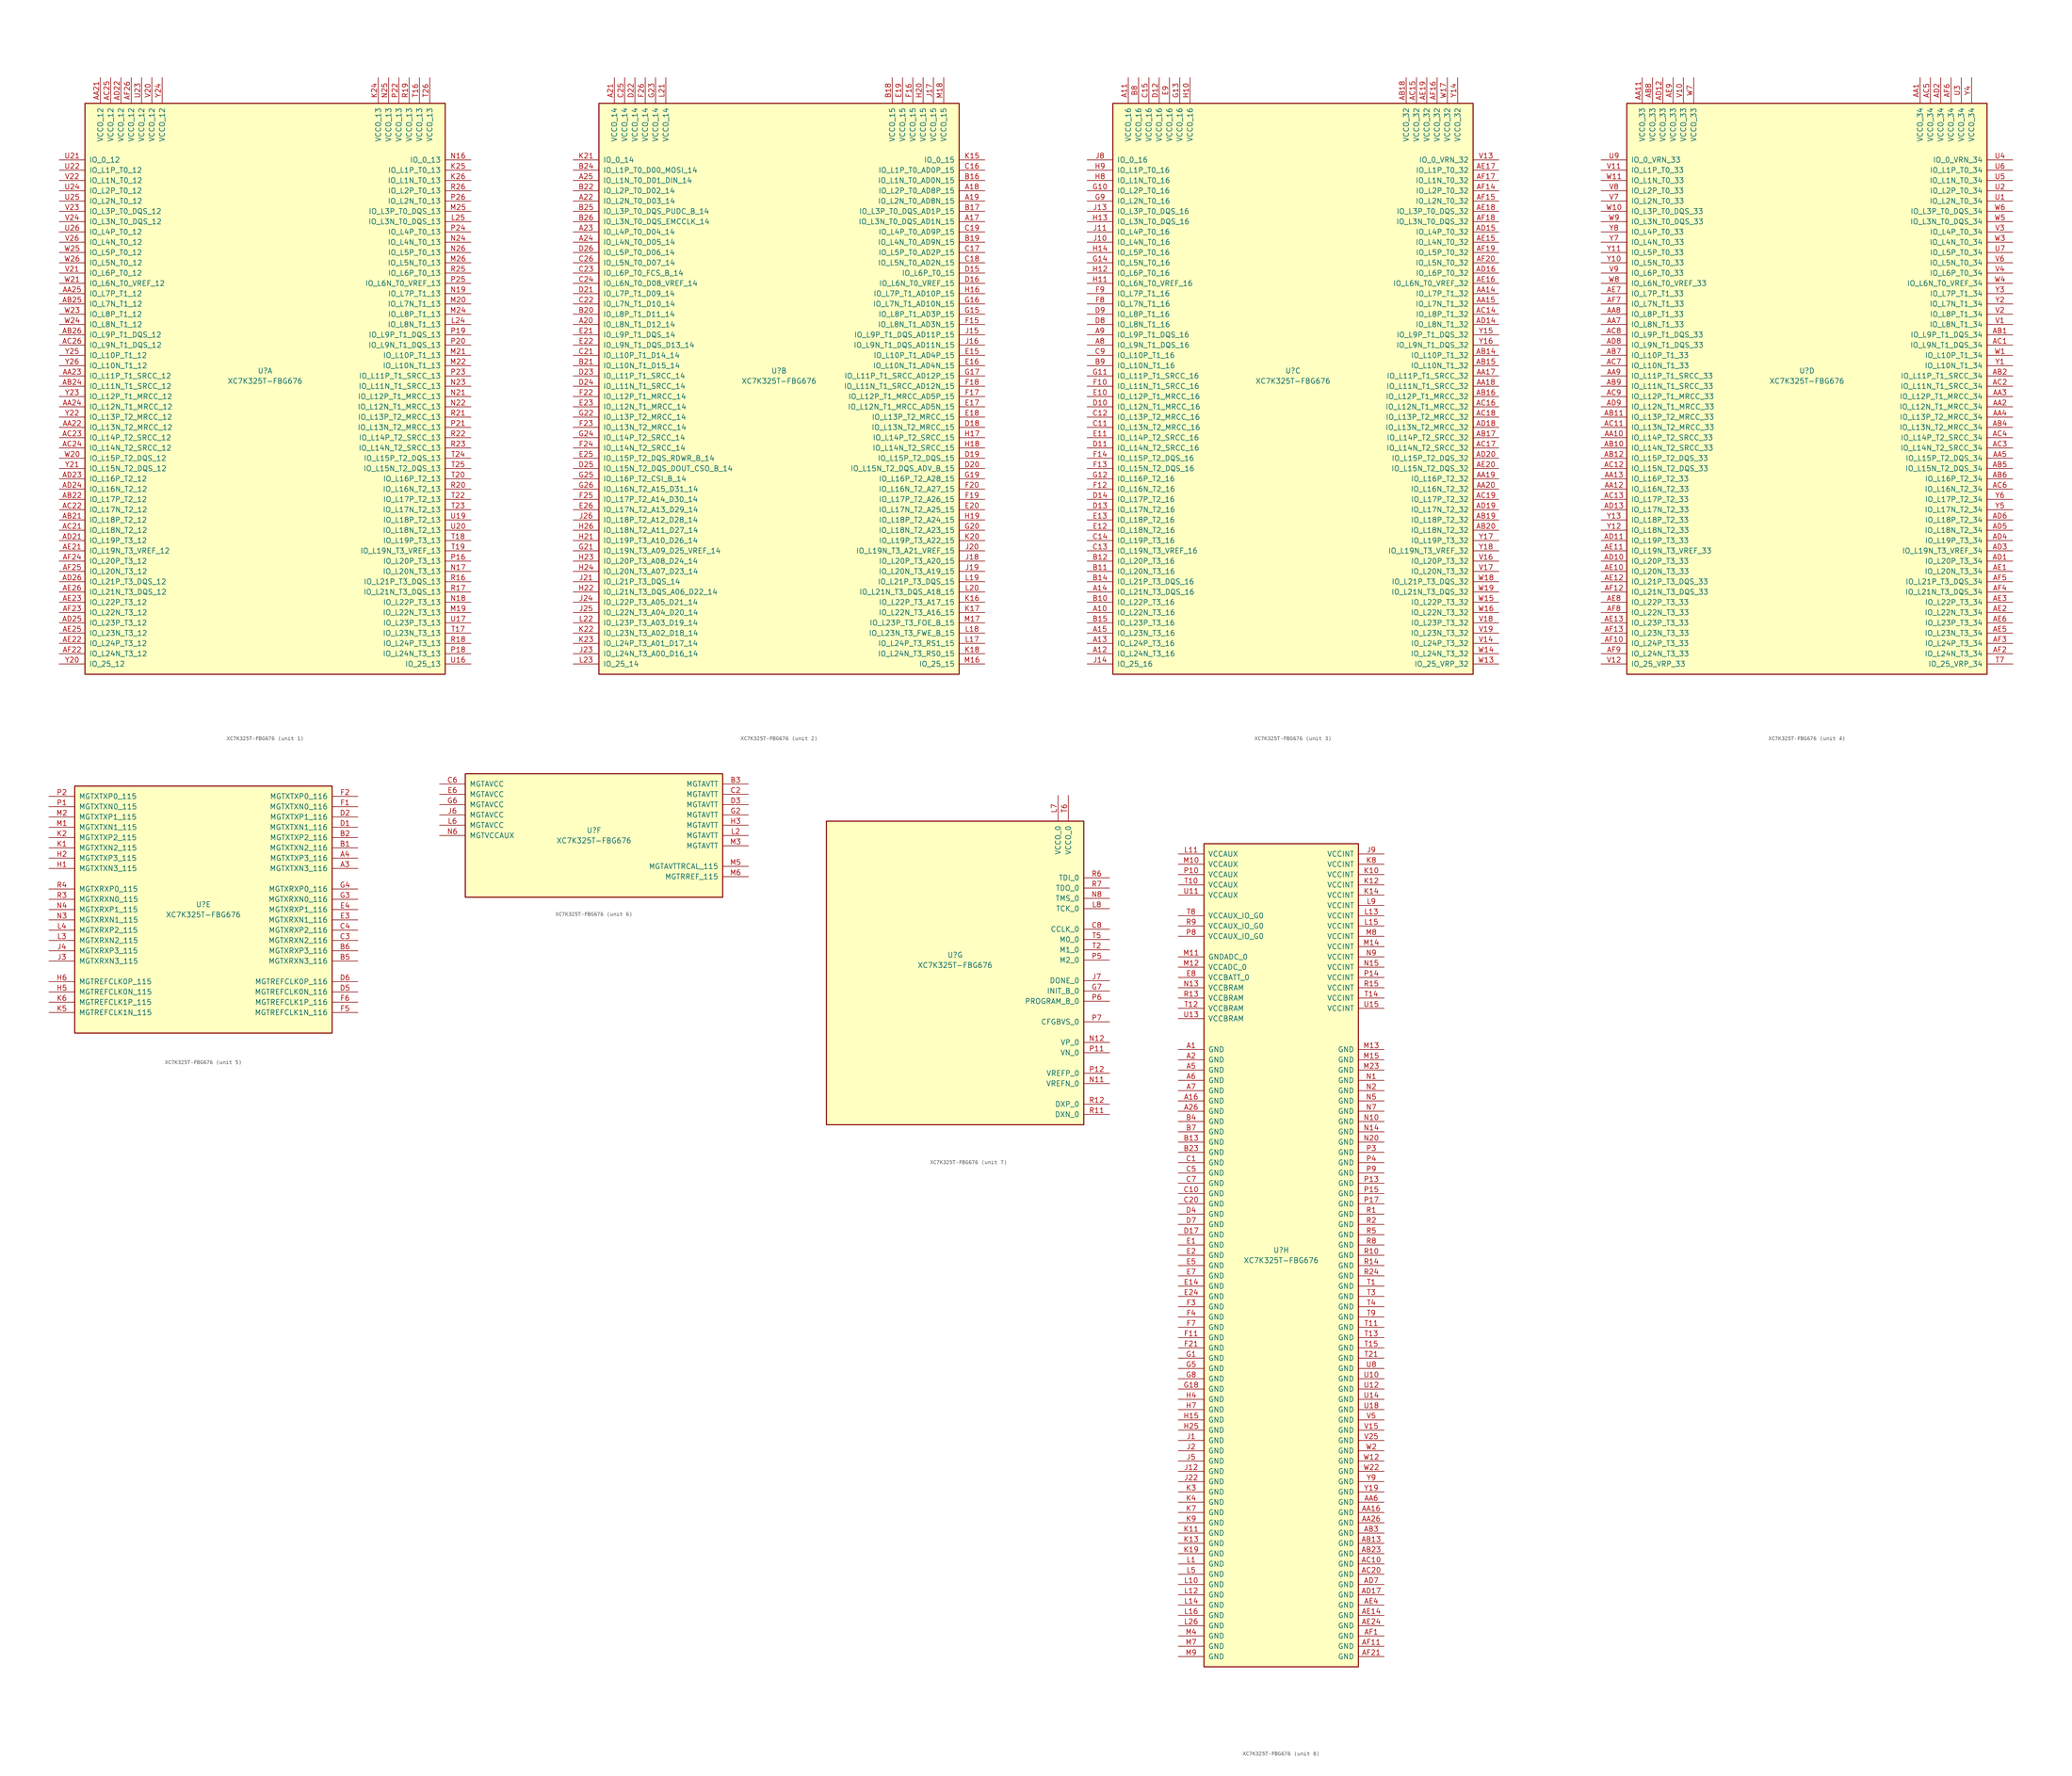
<source format=kicad_sym>
(kicad_symbol_lib
  (version 20201005)
  (generator kicad_symbol_editor)
  (symbol "FPGA_Xilinx_Kintex7:XC7K325T-FBG676"
    (pin_names
      (offset 1.016))
    (property "Reference" "U"
      (at 0 1.27 0)
      (effects (font (size 1.27 1.27))))
    (property "Value" "XC7K325T-FBG676"
      (at 0 -1.27 0)
      (effects (font (size 1.27 1.27))))
    (property "Datasheet" ""
      (at 0 0 0)
      (effects (font (size 1.27 1.27))))
    (property "ki_locked" ""
      (at 0 0 0)
      (effects (font (size 1.27 1.27))))
    (symbol "XC7K325T-FBG676_1_1"
      (rectangle (start -44.45 67.31) (end 44.45 -73.66) (stroke (width 0.254)) (fill (type background)))
      (pin power_in line (at -40.64 73.66 270) (length 6.35) (name "VCCO_12" (effects (font (size 1.27 1.27)))) (number "AA21" (effects (font (size 1.27 1.27)))))
      (pin power_in line (at -38.1 73.66 270) (length 6.35) (name "VCCO_12" (effects (font (size 1.27 1.27)))) (number "AC25" (effects (font (size 1.27 1.27)))))
      (pin power_in line (at -35.56 73.66 270) (length 6.35) (name "VCCO_12" (effects (font (size 1.27 1.27)))) (number "AD22" (effects (font (size 1.27 1.27)))))
      (pin power_in line (at -33.02 73.66 270) (length 6.35) (name "VCCO_12" (effects (font (size 1.27 1.27)))) (number "AF26" (effects (font (size 1.27 1.27)))))
      (pin power_in line (at -30.48 73.66 270) (length 6.35) (name "VCCO_12" (effects (font (size 1.27 1.27)))) (number "U23" (effects (font (size 1.27 1.27)))))
      (pin power_in line (at -27.94 73.66 270) (length 6.35) (name "VCCO_12" (effects (font (size 1.27 1.27)))) (number "V20" (effects (font (size 1.27 1.27)))))
      (pin power_in line (at -25.4 73.66 270) (length 6.35) (name "VCCO_12" (effects (font (size 1.27 1.27)))) (number "Y24" (effects (font (size 1.27 1.27)))))
      (pin bidirectional line (at -50.8 53.34 0) (length 6.35) (name "IO_0_12" (effects (font (size 1.27 1.27)))) (number "U21" (effects (font (size 1.27 1.27)))))
      (pin bidirectional line (at -50.8 50.8 0) (length 6.35) (name "IO_L1P_T0_12" (effects (font (size 1.27 1.27)))) (number "U22" (effects (font (size 1.27 1.27)))))
      (pin bidirectional line (at -50.8 48.26 0) (length 6.35) (name "IO_L1N_T0_12" (effects (font (size 1.27 1.27)))) (number "V22" (effects (font (size 1.27 1.27)))))
      (pin bidirectional line (at -50.8 45.72 0) (length 6.35) (name "IO_L2P_T0_12" (effects (font (size 1.27 1.27)))) (number "U24" (effects (font (size 1.27 1.27)))))
      (pin bidirectional line (at -50.8 43.18 0) (length 6.35) (name "IO_L2N_T0_12" (effects (font (size 1.27 1.27)))) (number "U25" (effects (font (size 1.27 1.27)))))
      (pin bidirectional line (at -50.8 40.64 0) (length 6.35) (name "IO_L3P_T0_DQS_12" (effects (font (size 1.27 1.27)))) (number "V23" (effects (font (size 1.27 1.27)))))
      (pin bidirectional line (at -50.8 38.1 0) (length 6.35) (name "IO_L3N_T0_DQS_12" (effects (font (size 1.27 1.27)))) (number "V24" (effects (font (size 1.27 1.27)))))
      (pin bidirectional line (at -50.8 35.56 0) (length 6.35) (name "IO_L4P_T0_12" (effects (font (size 1.27 1.27)))) (number "U26" (effects (font (size 1.27 1.27)))))
      (pin bidirectional line (at -50.8 33.02 0) (length 6.35) (name "IO_L4N_T0_12" (effects (font (size 1.27 1.27)))) (number "V26" (effects (font (size 1.27 1.27)))))
      (pin bidirectional line (at -50.8 30.48 0) (length 6.35) (name "IO_L5P_T0_12" (effects (font (size 1.27 1.27)))) (number "W25" (effects (font (size 1.27 1.27)))))
      (pin bidirectional line (at -50.8 27.94 0) (length 6.35) (name "IO_L5N_T0_12" (effects (font (size 1.27 1.27)))) (number "W26" (effects (font (size 1.27 1.27)))))
      (pin bidirectional line (at -50.8 25.4 0) (length 6.35) (name "IO_L6P_T0_12" (effects (font (size 1.27 1.27)))) (number "V21" (effects (font (size 1.27 1.27)))))
      (pin bidirectional line (at -50.8 22.86 0) (length 6.35) (name "IO_L6N_T0_VREF_12" (effects (font (size 1.27 1.27)))) (number "W21" (effects (font (size 1.27 1.27)))))
      (pin bidirectional line (at -50.8 20.32 0) (length 6.35) (name "IO_L7P_T1_12" (effects (font (size 1.27 1.27)))) (number "AA25" (effects (font (size 1.27 1.27)))))
      (pin bidirectional line (at -50.8 17.78 0) (length 6.35) (name "IO_L7N_T1_12" (effects (font (size 1.27 1.27)))) (number "AB25" (effects (font (size 1.27 1.27)))))
      (pin bidirectional line (at -50.8 15.24 0) (length 6.35) (name "IO_L8P_T1_12" (effects (font (size 1.27 1.27)))) (number "W23" (effects (font (size 1.27 1.27)))))
      (pin bidirectional line (at -50.8 12.7 0) (length 6.35) (name "IO_L8N_T1_12" (effects (font (size 1.27 1.27)))) (number "W24" (effects (font (size 1.27 1.27)))))
      (pin bidirectional line (at -50.8 10.16 0) (length 6.35) (name "IO_L9P_T1_DQS_12" (effects (font (size 1.27 1.27)))) (number "AB26" (effects (font (size 1.27 1.27)))))
      (pin bidirectional line (at -50.8 7.62 0) (length 6.35) (name "IO_L9N_T1_DQS_12" (effects (font (size 1.27 1.27)))) (number "AC26" (effects (font (size 1.27 1.27)))))
      (pin bidirectional line (at -50.8 5.08 0) (length 6.35) (name "IO_L10P_T1_12" (effects (font (size 1.27 1.27)))) (number "Y25" (effects (font (size 1.27 1.27)))))
      (pin bidirectional line (at -50.8 2.54 0) (length 6.35) (name "IO_L10N_T1_12" (effects (font (size 1.27 1.27)))) (number "Y26" (effects (font (size 1.27 1.27)))))
      (pin bidirectional line (at -50.8 0 0) (length 6.35) (name "IO_L11P_T1_SRCC_12" (effects (font (size 1.27 1.27)))) (number "AA23" (effects (font (size 1.27 1.27)))))
      (pin bidirectional line (at -50.8 -2.54 0) (length 6.35) (name "IO_L11N_T1_SRCC_12" (effects (font (size 1.27 1.27)))) (number "AB24" (effects (font (size 1.27 1.27)))))
      (pin bidirectional line (at -50.8 -5.08 0) (length 6.35) (name "IO_L12P_T1_MRCC_12" (effects (font (size 1.27 1.27)))) (number "Y23" (effects (font (size 1.27 1.27)))))
      (pin bidirectional line (at -50.8 -7.62 0) (length 6.35) (name "IO_L12N_T1_MRCC_12" (effects (font (size 1.27 1.27)))) (number "AA24" (effects (font (size 1.27 1.27)))))
      (pin bidirectional line (at -50.8 -10.16 0) (length 6.35) (name "IO_L13P_T2_MRCC_12" (effects (font (size 1.27 1.27)))) (number "Y22" (effects (font (size 1.27 1.27)))))
      (pin bidirectional line (at -50.8 -12.7 0) (length 6.35) (name "IO_L13N_T2_MRCC_12" (effects (font (size 1.27 1.27)))) (number "AA22" (effects (font (size 1.27 1.27)))))
      (pin bidirectional line (at -50.8 -15.24 0) (length 6.35) (name "IO_L14P_T2_SRCC_12" (effects (font (size 1.27 1.27)))) (number "AC23" (effects (font (size 1.27 1.27)))))
      (pin bidirectional line (at -50.8 -17.78 0) (length 6.35) (name "IO_L14N_T2_SRCC_12" (effects (font (size 1.27 1.27)))) (number "AC24" (effects (font (size 1.27 1.27)))))
      (pin bidirectional line (at -50.8 -20.32 0) (length 6.35) (name "IO_L15P_T2_DQS_12" (effects (font (size 1.27 1.27)))) (number "W20" (effects (font (size 1.27 1.27)))))
      (pin bidirectional line (at -50.8 -22.86 0) (length 6.35) (name "IO_L15N_T2_DQS_12" (effects (font (size 1.27 1.27)))) (number "Y21" (effects (font (size 1.27 1.27)))))
      (pin bidirectional line (at -50.8 -25.4 0) (length 6.35) (name "IO_L16P_T2_12" (effects (font (size 1.27 1.27)))) (number "AD23" (effects (font (size 1.27 1.27)))))
      (pin bidirectional line (at -50.8 -27.94 0) (length 6.35) (name "IO_L16N_T2_12" (effects (font (size 1.27 1.27)))) (number "AD24" (effects (font (size 1.27 1.27)))))
      (pin bidirectional line (at -50.8 -30.48 0) (length 6.35) (name "IO_L17P_T2_12" (effects (font (size 1.27 1.27)))) (number "AB22" (effects (font (size 1.27 1.27)))))
      (pin bidirectional line (at -50.8 -33.02 0) (length 6.35) (name "IO_L17N_T2_12" (effects (font (size 1.27 1.27)))) (number "AC22" (effects (font (size 1.27 1.27)))))
      (pin bidirectional line (at -50.8 -35.56 0) (length 6.35) (name "IO_L18P_T2_12" (effects (font (size 1.27 1.27)))) (number "AB21" (effects (font (size 1.27 1.27)))))
      (pin bidirectional line (at -50.8 -38.1 0) (length 6.35) (name "IO_L18N_T2_12" (effects (font (size 1.27 1.27)))) (number "AC21" (effects (font (size 1.27 1.27)))))
      (pin bidirectional line (at -50.8 -40.64 0) (length 6.35) (name "IO_L19P_T3_12" (effects (font (size 1.27 1.27)))) (number "AD21" (effects (font (size 1.27 1.27)))))
      (pin bidirectional line (at -50.8 -43.18 0) (length 6.35) (name "IO_L19N_T3_VREF_12" (effects (font (size 1.27 1.27)))) (number "AE21" (effects (font (size 1.27 1.27)))))
      (pin bidirectional line (at -50.8 -45.72 0) (length 6.35) (name "IO_L20P_T3_12" (effects (font (size 1.27 1.27)))) (number "AF24" (effects (font (size 1.27 1.27)))))
      (pin bidirectional line (at -50.8 -48.26 0) (length 6.35) (name "IO_L20N_T3_12" (effects (font (size 1.27 1.27)))) (number "AF25" (effects (font (size 1.27 1.27)))))
      (pin bidirectional line (at -50.8 -50.8 0) (length 6.35) (name "IO_L21P_T3_DQS_12" (effects (font (size 1.27 1.27)))) (number "AD26" (effects (font (size 1.27 1.27)))))
      (pin bidirectional line (at -50.8 -53.34 0) (length 6.35) (name "IO_L21N_T3_DQS_12" (effects (font (size 1.27 1.27)))) (number "AE26" (effects (font (size 1.27 1.27)))))
      (pin bidirectional line (at -50.8 -55.88 0) (length 6.35) (name "IO_L22P_T3_12" (effects (font (size 1.27 1.27)))) (number "AE23" (effects (font (size 1.27 1.27)))))
      (pin bidirectional line (at -50.8 -58.42 0) (length 6.35) (name "IO_L22N_T3_12" (effects (font (size 1.27 1.27)))) (number "AF23" (effects (font (size 1.27 1.27)))))
      (pin bidirectional line (at -50.8 -60.96 0) (length 6.35) (name "IO_L23P_T3_12" (effects (font (size 1.27 1.27)))) (number "AD25" (effects (font (size 1.27 1.27)))))
      (pin bidirectional line (at -50.8 -63.5 0) (length 6.35) (name "IO_L23N_T3_12" (effects (font (size 1.27 1.27)))) (number "AE25" (effects (font (size 1.27 1.27)))))
      (pin bidirectional line (at -50.8 -66.04 0) (length 6.35) (name "IO_L24P_T3_12" (effects (font (size 1.27 1.27)))) (number "AE22" (effects (font (size 1.27 1.27)))))
      (pin bidirectional line (at -50.8 -68.58 0) (length 6.35) (name "IO_L24N_T3_12" (effects (font (size 1.27 1.27)))) (number "AF22" (effects (font (size 1.27 1.27)))))
      (pin bidirectional line (at -50.8 -71.12 0) (length 6.35) (name "IO_25_12" (effects (font (size 1.27 1.27)))) (number "Y20" (effects (font (size 1.27 1.27)))))
      (pin power_in line (at 27.94 73.66 270) (length 6.35) (name "VCCO_13" (effects (font (size 1.27 1.27)))) (number "K24" (effects (font (size 1.27 1.27)))))
      (pin power_in line (at 30.48 73.66 270) (length 6.35) (name "VCCO_13" (effects (font (size 1.27 1.27)))) (number "N25" (effects (font (size 1.27 1.27)))))
      (pin power_in line (at 33.02 73.66 270) (length 6.35) (name "VCCO_13" (effects (font (size 1.27 1.27)))) (number "P22" (effects (font (size 1.27 1.27)))))
      (pin power_in line (at 35.56 73.66 270) (length 6.35) (name "VCCO_13" (effects (font (size 1.27 1.27)))) (number "R19" (effects (font (size 1.27 1.27)))))
      (pin power_in line (at 38.1 73.66 270) (length 6.35) (name "VCCO_13" (effects (font (size 1.27 1.27)))) (number "T16" (effects (font (size 1.27 1.27)))))
      (pin power_in line (at 40.64 73.66 270) (length 6.35) (name "VCCO_13" (effects (font (size 1.27 1.27)))) (number "T26" (effects (font (size 1.27 1.27)))))
      (pin bidirectional line (at 50.8 53.34 180) (length 6.35) (name "IO_0_13" (effects (font (size 1.27 1.27)))) (number "N16" (effects (font (size 1.27 1.27)))))
      (pin bidirectional line (at 50.8 50.8 180) (length 6.35) (name "IO_L1P_T0_13" (effects (font (size 1.27 1.27)))) (number "K25" (effects (font (size 1.27 1.27)))))
      (pin bidirectional line (at 50.8 48.26 180) (length 6.35) (name "IO_L1N_T0_13" (effects (font (size 1.27 1.27)))) (number "K26" (effects (font (size 1.27 1.27)))))
      (pin bidirectional line (at 50.8 45.72 180) (length 6.35) (name "IO_L2P_T0_13" (effects (font (size 1.27 1.27)))) (number "R26" (effects (font (size 1.27 1.27)))))
      (pin bidirectional line (at 50.8 43.18 180) (length 6.35) (name "IO_L2N_T0_13" (effects (font (size 1.27 1.27)))) (number "P26" (effects (font (size 1.27 1.27)))))
      (pin bidirectional line (at 50.8 40.64 180) (length 6.35) (name "IO_L3P_T0_DQS_13" (effects (font (size 1.27 1.27)))) (number "M25" (effects (font (size 1.27 1.27)))))
      (pin bidirectional line (at 50.8 38.1 180) (length 6.35) (name "IO_L3N_T0_DQS_13" (effects (font (size 1.27 1.27)))) (number "L25" (effects (font (size 1.27 1.27)))))
      (pin bidirectional line (at 50.8 35.56 180) (length 6.35) (name "IO_L4P_T0_13" (effects (font (size 1.27 1.27)))) (number "P24" (effects (font (size 1.27 1.27)))))
      (pin bidirectional line (at 50.8 33.02 180) (length 6.35) (name "IO_L4N_T0_13" (effects (font (size 1.27 1.27)))) (number "N24" (effects (font (size 1.27 1.27)))))
      (pin bidirectional line (at 50.8 30.48 180) (length 6.35) (name "IO_L5P_T0_13" (effects (font (size 1.27 1.27)))) (number "N26" (effects (font (size 1.27 1.27)))))
      (pin bidirectional line (at 50.8 27.94 180) (length 6.35) (name "IO_L5N_T0_13" (effects (font (size 1.27 1.27)))) (number "M26" (effects (font (size 1.27 1.27)))))
      (pin bidirectional line (at 50.8 25.4 180) (length 6.35) (name "IO_L6P_T0_13" (effects (font (size 1.27 1.27)))) (number "R25" (effects (font (size 1.27 1.27)))))
      (pin bidirectional line (at 50.8 22.86 180) (length 6.35) (name "IO_L6N_T0_VREF_13" (effects (font (size 1.27 1.27)))) (number "P25" (effects (font (size 1.27 1.27)))))
      (pin bidirectional line (at 50.8 20.32 180) (length 6.35) (name "IO_L7P_T1_13" (effects (font (size 1.27 1.27)))) (number "N19" (effects (font (size 1.27 1.27)))))
      (pin bidirectional line (at 50.8 17.78 180) (length 6.35) (name "IO_L7N_T1_13" (effects (font (size 1.27 1.27)))) (number "M20" (effects (font (size 1.27 1.27)))))
      (pin bidirectional line (at 50.8 15.24 180) (length 6.35) (name "IO_L8P_T1_13" (effects (font (size 1.27 1.27)))) (number "M24" (effects (font (size 1.27 1.27)))))
      (pin bidirectional line (at 50.8 12.7 180) (length 6.35) (name "IO_L8N_T1_13" (effects (font (size 1.27 1.27)))) (number "L24" (effects (font (size 1.27 1.27)))))
      (pin bidirectional line (at 50.8 10.16 180) (length 6.35) (name "IO_L9P_T1_DQS_13" (effects (font (size 1.27 1.27)))) (number "P19" (effects (font (size 1.27 1.27)))))
      (pin bidirectional line (at 50.8 7.62 180) (length 6.35) (name "IO_L9N_T1_DQS_13" (effects (font (size 1.27 1.27)))) (number "P20" (effects (font (size 1.27 1.27)))))
      (pin bidirectional line (at 50.8 5.08 180) (length 6.35) (name "IO_L10P_T1_13" (effects (font (size 1.27 1.27)))) (number "M21" (effects (font (size 1.27 1.27)))))
      (pin bidirectional line (at 50.8 2.54 180) (length 6.35) (name "IO_L10N_T1_13" (effects (font (size 1.27 1.27)))) (number "M22" (effects (font (size 1.27 1.27)))))
      (pin bidirectional line (at 50.8 0 180) (length 6.35) (name "IO_L11P_T1_SRCC_13" (effects (font (size 1.27 1.27)))) (number "P23" (effects (font (size 1.27 1.27)))))
      (pin bidirectional line (at 50.8 -2.54 180) (length 6.35) (name "IO_L11N_T1_SRCC_13" (effects (font (size 1.27 1.27)))) (number "N23" (effects (font (size 1.27 1.27)))))
      (pin bidirectional line (at 50.8 -5.08 180) (length 6.35) (name "IO_L12P_T1_MRCC_13" (effects (font (size 1.27 1.27)))) (number "N21" (effects (font (size 1.27 1.27)))))
      (pin bidirectional line (at 50.8 -7.62 180) (length 6.35) (name "IO_L12N_T1_MRCC_13" (effects (font (size 1.27 1.27)))) (number "N22" (effects (font (size 1.27 1.27)))))
      (pin bidirectional line (at 50.8 -10.16 180) (length 6.35) (name "IO_L13P_T2_MRCC_13" (effects (font (size 1.27 1.27)))) (number "R21" (effects (font (size 1.27 1.27)))))
      (pin bidirectional line (at 50.8 -12.7 180) (length 6.35) (name "IO_L13N_T2_MRCC_13" (effects (font (size 1.27 1.27)))) (number "P21" (effects (font (size 1.27 1.27)))))
      (pin bidirectional line (at 50.8 -15.24 180) (length 6.35) (name "IO_L14P_T2_SRCC_13" (effects (font (size 1.27 1.27)))) (number "R22" (effects (font (size 1.27 1.27)))))
      (pin bidirectional line (at 50.8 -17.78 180) (length 6.35) (name "IO_L14N_T2_SRCC_13" (effects (font (size 1.27 1.27)))) (number "R23" (effects (font (size 1.27 1.27)))))
      (pin bidirectional line (at 50.8 -20.32 180) (length 6.35) (name "IO_L15P_T2_DQS_13" (effects (font (size 1.27 1.27)))) (number "T24" (effects (font (size 1.27 1.27)))))
      (pin bidirectional line (at 50.8 -22.86 180) (length 6.35) (name "IO_L15N_T2_DQS_13" (effects (font (size 1.27 1.27)))) (number "T25" (effects (font (size 1.27 1.27)))))
      (pin bidirectional line (at 50.8 -25.4 180) (length 6.35) (name "IO_L16P_T2_13" (effects (font (size 1.27 1.27)))) (number "T20" (effects (font (size 1.27 1.27)))))
      (pin bidirectional line (at 50.8 -27.94 180) (length 6.35) (name "IO_L16N_T2_13" (effects (font (size 1.27 1.27)))) (number "R20" (effects (font (size 1.27 1.27)))))
      (pin bidirectional line (at 50.8 -30.48 180) (length 6.35) (name "IO_L17P_T2_13" (effects (font (size 1.27 1.27)))) (number "T22" (effects (font (size 1.27 1.27)))))
      (pin bidirectional line (at 50.8 -33.02 180) (length 6.35) (name "IO_L17N_T2_13" (effects (font (size 1.27 1.27)))) (number "T23" (effects (font (size 1.27 1.27)))))
      (pin bidirectional line (at 50.8 -35.56 180) (length 6.35) (name "IO_L18P_T2_13" (effects (font (size 1.27 1.27)))) (number "U19" (effects (font (size 1.27 1.27)))))
      (pin bidirectional line (at 50.8 -38.1 180) (length 6.35) (name "IO_L18N_T2_13" (effects (font (size 1.27 1.27)))) (number "U20" (effects (font (size 1.27 1.27)))))
      (pin bidirectional line (at 50.8 -40.64 180) (length 6.35) (name "IO_L19P_T3_13" (effects (font (size 1.27 1.27)))) (number "T18" (effects (font (size 1.27 1.27)))))
      (pin bidirectional line (at 50.8 -43.18 180) (length 6.35) (name "IO_L19N_T3_VREF_13" (effects (font (size 1.27 1.27)))) (number "T19" (effects (font (size 1.27 1.27)))))
      (pin bidirectional line (at 50.8 -45.72 180) (length 6.35) (name "IO_L20P_T3_13" (effects (font (size 1.27 1.27)))) (number "P16" (effects (font (size 1.27 1.27)))))
      (pin bidirectional line (at 50.8 -48.26 180) (length 6.35) (name "IO_L20N_T3_13" (effects (font (size 1.27 1.27)))) (number "N17" (effects (font (size 1.27 1.27)))))
      (pin bidirectional line (at 50.8 -50.8 180) (length 6.35) (name "IO_L21P_T3_DQS_13" (effects (font (size 1.27 1.27)))) (number "R16" (effects (font (size 1.27 1.27)))))
      (pin bidirectional line (at 50.8 -53.34 180) (length 6.35) (name "IO_L21N_T3_DQS_13" (effects (font (size 1.27 1.27)))) (number "R17" (effects (font (size 1.27 1.27)))))
      (pin bidirectional line (at 50.8 -55.88 180) (length 6.35) (name "IO_L22P_T3_13" (effects (font (size 1.27 1.27)))) (number "N18" (effects (font (size 1.27 1.27)))))
      (pin bidirectional line (at 50.8 -58.42 180) (length 6.35) (name "IO_L22N_T3_13" (effects (font (size 1.27 1.27)))) (number "M19" (effects (font (size 1.27 1.27)))))
      (pin bidirectional line (at 50.8 -60.96 180) (length 6.35) (name "IO_L23P_T3_13" (effects (font (size 1.27 1.27)))) (number "U17" (effects (font (size 1.27 1.27)))))
      (pin bidirectional line (at 50.8 -63.5 180) (length 6.35) (name "IO_L23N_T3_13" (effects (font (size 1.27 1.27)))) (number "T17" (effects (font (size 1.27 1.27)))))
      (pin bidirectional line (at 50.8 -66.04 180) (length 6.35) (name "IO_L24P_T3_13" (effects (font (size 1.27 1.27)))) (number "R18" (effects (font (size 1.27 1.27)))))
      (pin bidirectional line (at 50.8 -68.58 180) (length 6.35) (name "IO_L24N_T3_13" (effects (font (size 1.27 1.27)))) (number "P18" (effects (font (size 1.27 1.27)))))
      (pin bidirectional line (at 50.8 -71.12 180) (length 6.35) (name "IO_25_13" (effects (font (size 1.27 1.27)))) (number "U16" (effects (font (size 1.27 1.27))))))
    (symbol "XC7K325T-FBG676_2_1"
      (rectangle (start -44.45 67.31) (end 44.45 -73.66) (stroke (width 0.254)) (fill (type background)))
      (pin power_in line (at -40.64 73.66 270) (length 6.35) (name "VCCO_14" (effects (font (size 1.27 1.27)))) (number "A21" (effects (font (size 1.27 1.27)))))
      (pin power_in line (at -38.1 73.66 270) (length 6.35) (name "VCCO_14" (effects (font (size 1.27 1.27)))) (number "C25" (effects (font (size 1.27 1.27)))))
      (pin power_in line (at -35.56 73.66 270) (length 6.35) (name "VCCO_14" (effects (font (size 1.27 1.27)))) (number "D22" (effects (font (size 1.27 1.27)))))
      (pin power_in line (at -33.02 73.66 270) (length 6.35) (name "VCCO_14" (effects (font (size 1.27 1.27)))) (number "F26" (effects (font (size 1.27 1.27)))))
      (pin power_in line (at -30.48 73.66 270) (length 6.35) (name "VCCO_14" (effects (font (size 1.27 1.27)))) (number "G23" (effects (font (size 1.27 1.27)))))
      (pin power_in line (at -27.94 73.66 270) (length 6.35) (name "VCCO_14" (effects (font (size 1.27 1.27)))) (number "L21" (effects (font (size 1.27 1.27)))))
      (pin bidirectional line (at -50.8 53.34 0) (length 6.35) (name "IO_0_14" (effects (font (size 1.27 1.27)))) (number "K21" (effects (font (size 1.27 1.27)))))
      (pin bidirectional line (at -50.8 50.8 0) (length 6.35) (name "IO_L1P_T0_D00_MOSI_14" (effects (font (size 1.27 1.27)))) (number "B24" (effects (font (size 1.27 1.27)))))
      (pin bidirectional line (at -50.8 48.26 0) (length 6.35) (name "IO_L1N_T0_D01_DIN_14" (effects (font (size 1.27 1.27)))) (number "A25" (effects (font (size 1.27 1.27)))))
      (pin bidirectional line (at -50.8 45.72 0) (length 6.35) (name "IO_L2P_T0_D02_14" (effects (font (size 1.27 1.27)))) (number "B22" (effects (font (size 1.27 1.27)))))
      (pin bidirectional line (at -50.8 43.18 0) (length 6.35) (name "IO_L2N_T0_D03_14" (effects (font (size 1.27 1.27)))) (number "A22" (effects (font (size 1.27 1.27)))))
      (pin bidirectional line (at -50.8 40.64 0) (length 6.35) (name "IO_L3P_T0_DQS_PUDC_B_14" (effects (font (size 1.27 1.27)))) (number "B25" (effects (font (size 1.27 1.27)))))
      (pin bidirectional line (at -50.8 38.1 0) (length 6.35) (name "IO_L3N_T0_DQS_EMCCLK_14" (effects (font (size 1.27 1.27)))) (number "B26" (effects (font (size 1.27 1.27)))))
      (pin bidirectional line (at -50.8 35.56 0) (length 6.35) (name "IO_L4P_T0_D04_14" (effects (font (size 1.27 1.27)))) (number "A23" (effects (font (size 1.27 1.27)))))
      (pin bidirectional line (at -50.8 33.02 0) (length 6.35) (name "IO_L4N_T0_D05_14" (effects (font (size 1.27 1.27)))) (number "A24" (effects (font (size 1.27 1.27)))))
      (pin bidirectional line (at -50.8 30.48 0) (length 6.35) (name "IO_L5P_T0_D06_14" (effects (font (size 1.27 1.27)))) (number "D26" (effects (font (size 1.27 1.27)))))
      (pin bidirectional line (at -50.8 27.94 0) (length 6.35) (name "IO_L5N_T0_D07_14" (effects (font (size 1.27 1.27)))) (number "C26" (effects (font (size 1.27 1.27)))))
      (pin bidirectional line (at -50.8 25.4 0) (length 6.35) (name "IO_L6P_T0_FCS_B_14" (effects (font (size 1.27 1.27)))) (number "C23" (effects (font (size 1.27 1.27)))))
      (pin bidirectional line (at -50.8 22.86 0) (length 6.35) (name "IO_L6N_T0_D08_VREF_14" (effects (font (size 1.27 1.27)))) (number "C24" (effects (font (size 1.27 1.27)))))
      (pin bidirectional line (at -50.8 20.32 0) (length 6.35) (name "IO_L7P_T1_D09_14" (effects (font (size 1.27 1.27)))) (number "D21" (effects (font (size 1.27 1.27)))))
      (pin bidirectional line (at -50.8 17.78 0) (length 6.35) (name "IO_L7N_T1_D10_14" (effects (font (size 1.27 1.27)))) (number "C22" (effects (font (size 1.27 1.27)))))
      (pin bidirectional line (at -50.8 15.24 0) (length 6.35) (name "IO_L8P_T1_D11_14" (effects (font (size 1.27 1.27)))) (number "B20" (effects (font (size 1.27 1.27)))))
      (pin bidirectional line (at -50.8 12.7 0) (length 6.35) (name "IO_L8N_T1_D12_14" (effects (font (size 1.27 1.27)))) (number "A20" (effects (font (size 1.27 1.27)))))
      (pin bidirectional line (at -50.8 10.16 0) (length 6.35) (name "IO_L9P_T1_DQS_14" (effects (font (size 1.27 1.27)))) (number "E21" (effects (font (size 1.27 1.27)))))
      (pin bidirectional line (at -50.8 7.62 0) (length 6.35) (name "IO_L9N_T1_DQS_D13_14" (effects (font (size 1.27 1.27)))) (number "E22" (effects (font (size 1.27 1.27)))))
      (pin bidirectional line (at -50.8 5.08 0) (length 6.35) (name "IO_L10P_T1_D14_14" (effects (font (size 1.27 1.27)))) (number "C21" (effects (font (size 1.27 1.27)))))
      (pin bidirectional line (at -50.8 2.54 0) (length 6.35) (name "IO_L10N_T1_D15_14" (effects (font (size 1.27 1.27)))) (number "B21" (effects (font (size 1.27 1.27)))))
      (pin bidirectional line (at -50.8 0 0) (length 6.35) (name "IO_L11P_T1_SRCC_14" (effects (font (size 1.27 1.27)))) (number "D23" (effects (font (size 1.27 1.27)))))
      (pin bidirectional line (at -50.8 -2.54 0) (length 6.35) (name "IO_L11N_T1_SRCC_14" (effects (font (size 1.27 1.27)))) (number "D24" (effects (font (size 1.27 1.27)))))
      (pin bidirectional line (at -50.8 -5.08 0) (length 6.35) (name "IO_L12P_T1_MRCC_14" (effects (font (size 1.27 1.27)))) (number "F22" (effects (font (size 1.27 1.27)))))
      (pin bidirectional line (at -50.8 -7.62 0) (length 6.35) (name "IO_L12N_T1_MRCC_14" (effects (font (size 1.27 1.27)))) (number "E23" (effects (font (size 1.27 1.27)))))
      (pin bidirectional line (at -50.8 -10.16 0) (length 6.35) (name "IO_L13P_T2_MRCC_14" (effects (font (size 1.27 1.27)))) (number "G22" (effects (font (size 1.27 1.27)))))
      (pin bidirectional line (at -50.8 -12.7 0) (length 6.35) (name "IO_L13N_T2_MRCC_14" (effects (font (size 1.27 1.27)))) (number "F23" (effects (font (size 1.27 1.27)))))
      (pin bidirectional line (at -50.8 -15.24 0) (length 6.35) (name "IO_L14P_T2_SRCC_14" (effects (font (size 1.27 1.27)))) (number "G24" (effects (font (size 1.27 1.27)))))
      (pin bidirectional line (at -50.8 -17.78 0) (length 6.35) (name "IO_L14N_T2_SRCC_14" (effects (font (size 1.27 1.27)))) (number "F24" (effects (font (size 1.27 1.27)))))
      (pin bidirectional line (at -50.8 -20.32 0) (length 6.35) (name "IO_L15P_T2_DQS_RDWR_B_14" (effects (font (size 1.27 1.27)))) (number "E25" (effects (font (size 1.27 1.27)))))
      (pin bidirectional line (at -50.8 -22.86 0) (length 6.35) (name "IO_L15N_T2_DQS_DOUT_CSO_B_14" (effects (font (size 1.27 1.27)))) (number "D25" (effects (font (size 1.27 1.27)))))
      (pin bidirectional line (at -50.8 -25.4 0) (length 6.35) (name "IO_L16P_T2_CSI_B_14" (effects (font (size 1.27 1.27)))) (number "G25" (effects (font (size 1.27 1.27)))))
      (pin bidirectional line (at -50.8 -27.94 0) (length 6.35) (name "IO_L16N_T2_A15_D31_14" (effects (font (size 1.27 1.27)))) (number "G26" (effects (font (size 1.27 1.27)))))
      (pin bidirectional line (at -50.8 -30.48 0) (length 6.35) (name "IO_L17P_T2_A14_D30_14" (effects (font (size 1.27 1.27)))) (number "F25" (effects (font (size 1.27 1.27)))))
      (pin bidirectional line (at -50.8 -33.02 0) (length 6.35) (name "IO_L17N_T2_A13_D29_14" (effects (font (size 1.27 1.27)))) (number "E26" (effects (font (size 1.27 1.27)))))
      (pin bidirectional line (at -50.8 -35.56 0) (length 6.35) (name "IO_L18P_T2_A12_D28_14" (effects (font (size 1.27 1.27)))) (number "J26" (effects (font (size 1.27 1.27)))))
      (pin bidirectional line (at -50.8 -38.1 0) (length 6.35) (name "IO_L18N_T2_A11_D27_14" (effects (font (size 1.27 1.27)))) (number "H26" (effects (font (size 1.27 1.27)))))
      (pin bidirectional line (at -50.8 -40.64 0) (length 6.35) (name "IO_L19P_T3_A10_D26_14" (effects (font (size 1.27 1.27)))) (number "H21" (effects (font (size 1.27 1.27)))))
      (pin bidirectional line (at -50.8 -43.18 0) (length 6.35) (name "IO_L19N_T3_A09_D25_VREF_14" (effects (font (size 1.27 1.27)))) (number "G21" (effects (font (size 1.27 1.27)))))
      (pin bidirectional line (at -50.8 -45.72 0) (length 6.35) (name "IO_L20P_T3_A08_D24_14" (effects (font (size 1.27 1.27)))) (number "H23" (effects (font (size 1.27 1.27)))))
      (pin bidirectional line (at -50.8 -48.26 0) (length 6.35) (name "IO_L20N_T3_A07_D23_14" (effects (font (size 1.27 1.27)))) (number "H24" (effects (font (size 1.27 1.27)))))
      (pin bidirectional line (at -50.8 -50.8 0) (length 6.35) (name "IO_L21P_T3_DQS_14" (effects (font (size 1.27 1.27)))) (number "J21" (effects (font (size 1.27 1.27)))))
      (pin bidirectional line (at -50.8 -53.34 0) (length 6.35) (name "IO_L21N_T3_DQS_A06_D22_14" (effects (font (size 1.27 1.27)))) (number "H22" (effects (font (size 1.27 1.27)))))
      (pin bidirectional line (at -50.8 -55.88 0) (length 6.35) (name "IO_L22P_T3_A05_D21_14" (effects (font (size 1.27 1.27)))) (number "J24" (effects (font (size 1.27 1.27)))))
      (pin bidirectional line (at -50.8 -58.42 0) (length 6.35) (name "IO_L22N_T3_A04_D20_14" (effects (font (size 1.27 1.27)))) (number "J25" (effects (font (size 1.27 1.27)))))
      (pin bidirectional line (at -50.8 -60.96 0) (length 6.35) (name "IO_L23P_T3_A03_D19_14" (effects (font (size 1.27 1.27)))) (number "L22" (effects (font (size 1.27 1.27)))))
      (pin bidirectional line (at -50.8 -63.5 0) (length 6.35) (name "IO_L23N_T3_A02_D18_14" (effects (font (size 1.27 1.27)))) (number "K22" (effects (font (size 1.27 1.27)))))
      (pin bidirectional line (at -50.8 -66.04 0) (length 6.35) (name "IO_L24P_T3_A01_D17_14" (effects (font (size 1.27 1.27)))) (number "K23" (effects (font (size 1.27 1.27)))))
      (pin bidirectional line (at -50.8 -68.58 0) (length 6.35) (name "IO_L24N_T3_A00_D16_14" (effects (font (size 1.27 1.27)))) (number "J23" (effects (font (size 1.27 1.27)))))
      (pin bidirectional line (at -50.8 -71.12 0) (length 6.35) (name "IO_25_14" (effects (font (size 1.27 1.27)))) (number "L23" (effects (font (size 1.27 1.27)))))
      (pin power_in line (at 27.94 73.66 270) (length 6.35) (name "VCCO_15" (effects (font (size 1.27 1.27)))) (number "B18" (effects (font (size 1.27 1.27)))))
      (pin power_in line (at 30.48 73.66 270) (length 6.35) (name "VCCO_15" (effects (font (size 1.27 1.27)))) (number "E19" (effects (font (size 1.27 1.27)))))
      (pin power_in line (at 33.02 73.66 270) (length 6.35) (name "VCCO_15" (effects (font (size 1.27 1.27)))) (number "F16" (effects (font (size 1.27 1.27)))))
      (pin power_in line (at 35.56 73.66 270) (length 6.35) (name "VCCO_15" (effects (font (size 1.27 1.27)))) (number "H20" (effects (font (size 1.27 1.27)))))
      (pin power_in line (at 38.1 73.66 270) (length 6.35) (name "VCCO_15" (effects (font (size 1.27 1.27)))) (number "J17" (effects (font (size 1.27 1.27)))))
      (pin power_in line (at 40.64 73.66 270) (length 6.35) (name "VCCO_15" (effects (font (size 1.27 1.27)))) (number "M18" (effects (font (size 1.27 1.27)))))
      (pin bidirectional line (at 50.8 53.34 180) (length 6.35) (name "IO_0_15" (effects (font (size 1.27 1.27)))) (number "K15" (effects (font (size 1.27 1.27)))))
      (pin bidirectional line (at 50.8 50.8 180) (length 6.35) (name "IO_L1P_T0_AD0P_15" (effects (font (size 1.27 1.27)))) (number "C16" (effects (font (size 1.27 1.27)))))
      (pin bidirectional line (at 50.8 48.26 180) (length 6.35) (name "IO_L1N_T0_AD0N_15" (effects (font (size 1.27 1.27)))) (number "B16" (effects (font (size 1.27 1.27)))))
      (pin bidirectional line (at 50.8 45.72 180) (length 6.35) (name "IO_L2P_T0_AD8P_15" (effects (font (size 1.27 1.27)))) (number "A18" (effects (font (size 1.27 1.27)))))
      (pin bidirectional line (at 50.8 43.18 180) (length 6.35) (name "IO_L2N_T0_AD8N_15" (effects (font (size 1.27 1.27)))) (number "A19" (effects (font (size 1.27 1.27)))))
      (pin bidirectional line (at 50.8 40.64 180) (length 6.35) (name "IO_L3P_T0_DQS_AD1P_15" (effects (font (size 1.27 1.27)))) (number "B17" (effects (font (size 1.27 1.27)))))
      (pin bidirectional line (at 50.8 38.1 180) (length 6.35) (name "IO_L3N_T0_DQS_AD1N_15" (effects (font (size 1.27 1.27)))) (number "A17" (effects (font (size 1.27 1.27)))))
      (pin bidirectional line (at 50.8 35.56 180) (length 6.35) (name "IO_L4P_T0_AD9P_15" (effects (font (size 1.27 1.27)))) (number "C19" (effects (font (size 1.27 1.27)))))
      (pin bidirectional line (at 50.8 33.02 180) (length 6.35) (name "IO_L4N_T0_AD9N_15" (effects (font (size 1.27 1.27)))) (number "B19" (effects (font (size 1.27 1.27)))))
      (pin bidirectional line (at 50.8 30.48 180) (length 6.35) (name "IO_L5P_T0_AD2P_15" (effects (font (size 1.27 1.27)))) (number "C17" (effects (font (size 1.27 1.27)))))
      (pin bidirectional line (at 50.8 27.94 180) (length 6.35) (name "IO_L5N_T0_AD2N_15" (effects (font (size 1.27 1.27)))) (number "C18" (effects (font (size 1.27 1.27)))))
      (pin bidirectional line (at 50.8 25.4 180) (length 6.35) (name "IO_L6P_T0_15" (effects (font (size 1.27 1.27)))) (number "D15" (effects (font (size 1.27 1.27)))))
      (pin bidirectional line (at 50.8 22.86 180) (length 6.35) (name "IO_L6N_T0_VREF_15" (effects (font (size 1.27 1.27)))) (number "D16" (effects (font (size 1.27 1.27)))))
      (pin bidirectional line (at 50.8 20.32 180) (length 6.35) (name "IO_L7P_T1_AD10P_15" (effects (font (size 1.27 1.27)))) (number "H16" (effects (font (size 1.27 1.27)))))
      (pin bidirectional line (at 50.8 17.78 180) (length 6.35) (name "IO_L7N_T1_AD10N_15" (effects (font (size 1.27 1.27)))) (number "G16" (effects (font (size 1.27 1.27)))))
      (pin bidirectional line (at 50.8 15.24 180) (length 6.35) (name "IO_L8P_T1_AD3P_15" (effects (font (size 1.27 1.27)))) (number "G15" (effects (font (size 1.27 1.27)))))
      (pin bidirectional line (at 50.8 12.7 180) (length 6.35) (name "IO_L8N_T1_AD3N_15" (effects (font (size 1.27 1.27)))) (number "F15" (effects (font (size 1.27 1.27)))))
      (pin bidirectional line (at 50.8 10.16 180) (length 6.35) (name "IO_L9P_T1_DQS_AD11P_15" (effects (font (size 1.27 1.27)))) (number "J15" (effects (font (size 1.27 1.27)))))
      (pin bidirectional line (at 50.8 7.62 180) (length 6.35) (name "IO_L9N_T1_DQS_AD11N_15" (effects (font (size 1.27 1.27)))) (number "J16" (effects (font (size 1.27 1.27)))))
      (pin bidirectional line (at 50.8 5.08 180) (length 6.35) (name "IO_L10P_T1_AD4P_15" (effects (font (size 1.27 1.27)))) (number "E15" (effects (font (size 1.27 1.27)))))
      (pin bidirectional line (at 50.8 2.54 180) (length 6.35) (name "IO_L10N_T1_AD4N_15" (effects (font (size 1.27 1.27)))) (number "E16" (effects (font (size 1.27 1.27)))))
      (pin bidirectional line (at 50.8 0 180) (length 6.35) (name "IO_L11P_T1_SRCC_AD12P_15" (effects (font (size 1.27 1.27)))) (number "G17" (effects (font (size 1.27 1.27)))))
      (pin bidirectional line (at 50.8 -2.54 180) (length 6.35) (name "IO_L11N_T1_SRCC_AD12N_15" (effects (font (size 1.27 1.27)))) (number "F18" (effects (font (size 1.27 1.27)))))
      (pin bidirectional line (at 50.8 -5.08 180) (length 6.35) (name "IO_L12P_T1_MRCC_AD5P_15" (effects (font (size 1.27 1.27)))) (number "F17" (effects (font (size 1.27 1.27)))))
      (pin bidirectional line (at 50.8 -7.62 180) (length 6.35) (name "IO_L12N_T1_MRCC_AD5N_15" (effects (font (size 1.27 1.27)))) (number "E17" (effects (font (size 1.27 1.27)))))
      (pin bidirectional line (at 50.8 -10.16 180) (length 6.35) (name "IO_L13P_T2_MRCC_15" (effects (font (size 1.27 1.27)))) (number "E18" (effects (font (size 1.27 1.27)))))
      (pin bidirectional line (at 50.8 -12.7 180) (length 6.35) (name "IO_L13N_T2_MRCC_15" (effects (font (size 1.27 1.27)))) (number "D18" (effects (font (size 1.27 1.27)))))
      (pin bidirectional line (at 50.8 -15.24 180) (length 6.35) (name "IO_L14P_T2_SRCC_15" (effects (font (size 1.27 1.27)))) (number "H17" (effects (font (size 1.27 1.27)))))
      (pin bidirectional line (at 50.8 -17.78 180) (length 6.35) (name "IO_L14N_T2_SRCC_15" (effects (font (size 1.27 1.27)))) (number "H18" (effects (font (size 1.27 1.27)))))
      (pin bidirectional line (at 50.8 -20.32 180) (length 6.35) (name "IO_L15P_T2_DQS_15" (effects (font (size 1.27 1.27)))) (number "D19" (effects (font (size 1.27 1.27)))))
      (pin bidirectional line (at 50.8 -22.86 180) (length 6.35) (name "IO_L15N_T2_DQS_ADV_B_15" (effects (font (size 1.27 1.27)))) (number "D20" (effects (font (size 1.27 1.27)))))
      (pin bidirectional line (at 50.8 -25.4 180) (length 6.35) (name "IO_L16P_T2_A28_15" (effects (font (size 1.27 1.27)))) (number "G19" (effects (font (size 1.27 1.27)))))
      (pin bidirectional line (at 50.8 -27.94 180) (length 6.35) (name "IO_L16N_T2_A27_15" (effects (font (size 1.27 1.27)))) (number "F20" (effects (font (size 1.27 1.27)))))
      (pin bidirectional line (at 50.8 -30.48 180) (length 6.35) (name "IO_L17P_T2_A26_15" (effects (font (size 1.27 1.27)))) (number "F19" (effects (font (size 1.27 1.27)))))
      (pin bidirectional line (at 50.8 -33.02 180) (length 6.35) (name "IO_L17N_T2_A25_15" (effects (font (size 1.27 1.27)))) (number "E20" (effects (font (size 1.27 1.27)))))
      (pin bidirectional line (at 50.8 -35.56 180) (length 6.35) (name "IO_L18P_T2_A24_15" (effects (font (size 1.27 1.27)))) (number "H19" (effects (font (size 1.27 1.27)))))
      (pin bidirectional line (at 50.8 -38.1 180) (length 6.35) (name "IO_L18N_T2_A23_15" (effects (font (size 1.27 1.27)))) (number "G20" (effects (font (size 1.27 1.27)))))
      (pin bidirectional line (at 50.8 -40.64 180) (length 6.35) (name "IO_L19P_T3_A22_15" (effects (font (size 1.27 1.27)))) (number "K20" (effects (font (size 1.27 1.27)))))
      (pin bidirectional line (at 50.8 -43.18 180) (length 6.35) (name "IO_L19N_T3_A21_VREF_15" (effects (font (size 1.27 1.27)))) (number "J20" (effects (font (size 1.27 1.27)))))
      (pin bidirectional line (at 50.8 -45.72 180) (length 6.35) (name "IO_L20P_T3_A20_15" (effects (font (size 1.27 1.27)))) (number "J18" (effects (font (size 1.27 1.27)))))
      (pin bidirectional line (at 50.8 -48.26 180) (length 6.35) (name "IO_L20N_T3_A19_15" (effects (font (size 1.27 1.27)))) (number "J19" (effects (font (size 1.27 1.27)))))
      (pin bidirectional line (at 50.8 -50.8 180) (length 6.35) (name "IO_L21P_T3_DQS_15" (effects (font (size 1.27 1.27)))) (number "L19" (effects (font (size 1.27 1.27)))))
      (pin bidirectional line (at 50.8 -53.34 180) (length 6.35) (name "IO_L21N_T3_DQS_A18_15" (effects (font (size 1.27 1.27)))) (number "L20" (effects (font (size 1.27 1.27)))))
      (pin bidirectional line (at 50.8 -55.88 180) (length 6.35) (name "IO_L22P_T3_A17_15" (effects (font (size 1.27 1.27)))) (number "K16" (effects (font (size 1.27 1.27)))))
      (pin bidirectional line (at 50.8 -58.42 180) (length 6.35) (name "IO_L22N_T3_A16_15" (effects (font (size 1.27 1.27)))) (number "K17" (effects (font (size 1.27 1.27)))))
      (pin bidirectional line (at 50.8 -60.96 180) (length 6.35) (name "IO_L23P_T3_FOE_B_15" (effects (font (size 1.27 1.27)))) (number "M17" (effects (font (size 1.27 1.27)))))
      (pin bidirectional line (at 50.8 -63.5 180) (length 6.35) (name "IO_L23N_T3_FWE_B_15" (effects (font (size 1.27 1.27)))) (number "L18" (effects (font (size 1.27 1.27)))))
      (pin bidirectional line (at 50.8 -66.04 180) (length 6.35) (name "IO_L24P_T3_RS1_15" (effects (font (size 1.27 1.27)))) (number "L17" (effects (font (size 1.27 1.27)))))
      (pin bidirectional line (at 50.8 -68.58 180) (length 6.35) (name "IO_L24N_T3_RS0_15" (effects (font (size 1.27 1.27)))) (number "K18" (effects (font (size 1.27 1.27)))))
      (pin bidirectional line (at 50.8 -71.12 180) (length 6.35) (name "IO_25_15" (effects (font (size 1.27 1.27)))) (number "M16" (effects (font (size 1.27 1.27))))))
    (symbol "XC7K325T-FBG676_3_1"
      (rectangle (start -44.45 67.31) (end 44.45 -73.66) (stroke (width 0.254)) (fill (type background)))
      (pin power_in line (at -40.64 73.66 270) (length 6.35) (name "VCCO_16" (effects (font (size 1.27 1.27)))) (number "A11" (effects (font (size 1.27 1.27)))))
      (pin power_in line (at -38.1 73.66 270) (length 6.35) (name "VCCO_16" (effects (font (size 1.27 1.27)))) (number "B8" (effects (font (size 1.27 1.27)))))
      (pin power_in line (at -35.56 73.66 270) (length 6.35) (name "VCCO_16" (effects (font (size 1.27 1.27)))) (number "C15" (effects (font (size 1.27 1.27)))))
      (pin power_in line (at -33.02 73.66 270) (length 6.35) (name "VCCO_16" (effects (font (size 1.27 1.27)))) (number "D12" (effects (font (size 1.27 1.27)))))
      (pin power_in line (at -30.48 73.66 270) (length 6.35) (name "VCCO_16" (effects (font (size 1.27 1.27)))) (number "E9" (effects (font (size 1.27 1.27)))))
      (pin power_in line (at -27.94 73.66 270) (length 6.35) (name "VCCO_16" (effects (font (size 1.27 1.27)))) (number "G13" (effects (font (size 1.27 1.27)))))
      (pin power_in line (at -25.4 73.66 270) (length 6.35) (name "VCCO_16" (effects (font (size 1.27 1.27)))) (number "H10" (effects (font (size 1.27 1.27)))))
      (pin bidirectional line (at -50.8 53.34 0) (length 6.35) (name "IO_0_16" (effects (font (size 1.27 1.27)))) (number "J8" (effects (font (size 1.27 1.27)))))
      (pin bidirectional line (at -50.8 50.8 0) (length 6.35) (name "IO_L1P_T0_16" (effects (font (size 1.27 1.27)))) (number "H9" (effects (font (size 1.27 1.27)))))
      (pin bidirectional line (at -50.8 48.26 0) (length 6.35) (name "IO_L1N_T0_16" (effects (font (size 1.27 1.27)))) (number "H8" (effects (font (size 1.27 1.27)))))
      (pin bidirectional line (at -50.8 45.72 0) (length 6.35) (name "IO_L2P_T0_16" (effects (font (size 1.27 1.27)))) (number "G10" (effects (font (size 1.27 1.27)))))
      (pin bidirectional line (at -50.8 43.18 0) (length 6.35) (name "IO_L2N_T0_16" (effects (font (size 1.27 1.27)))) (number "G9" (effects (font (size 1.27 1.27)))))
      (pin bidirectional line (at -50.8 40.64 0) (length 6.35) (name "IO_L3P_T0_DQS_16" (effects (font (size 1.27 1.27)))) (number "J13" (effects (font (size 1.27 1.27)))))
      (pin bidirectional line (at -50.8 38.1 0) (length 6.35) (name "IO_L3N_T0_DQS_16" (effects (font (size 1.27 1.27)))) (number "H13" (effects (font (size 1.27 1.27)))))
      (pin bidirectional line (at -50.8 35.56 0) (length 6.35) (name "IO_L4P_T0_16" (effects (font (size 1.27 1.27)))) (number "J11" (effects (font (size 1.27 1.27)))))
      (pin bidirectional line (at -50.8 33.02 0) (length 6.35) (name "IO_L4N_T0_16" (effects (font (size 1.27 1.27)))) (number "J10" (effects (font (size 1.27 1.27)))))
      (pin bidirectional line (at -50.8 30.48 0) (length 6.35) (name "IO_L5P_T0_16" (effects (font (size 1.27 1.27)))) (number "H14" (effects (font (size 1.27 1.27)))))
      (pin bidirectional line (at -50.8 27.94 0) (length 6.35) (name "IO_L5N_T0_16" (effects (font (size 1.27 1.27)))) (number "G14" (effects (font (size 1.27 1.27)))))
      (pin bidirectional line (at -50.8 25.4 0) (length 6.35) (name "IO_L6P_T0_16" (effects (font (size 1.27 1.27)))) (number "H12" (effects (font (size 1.27 1.27)))))
      (pin bidirectional line (at -50.8 22.86 0) (length 6.35) (name "IO_L6N_T0_VREF_16" (effects (font (size 1.27 1.27)))) (number "H11" (effects (font (size 1.27 1.27)))))
      (pin bidirectional line (at -50.8 20.32 0) (length 6.35) (name "IO_L7P_T1_16" (effects (font (size 1.27 1.27)))) (number "F9" (effects (font (size 1.27 1.27)))))
      (pin bidirectional line (at -50.8 17.78 0) (length 6.35) (name "IO_L7N_T1_16" (effects (font (size 1.27 1.27)))) (number "F8" (effects (font (size 1.27 1.27)))))
      (pin bidirectional line (at -50.8 15.24 0) (length 6.35) (name "IO_L8P_T1_16" (effects (font (size 1.27 1.27)))) (number "D9" (effects (font (size 1.27 1.27)))))
      (pin bidirectional line (at -50.8 12.7 0) (length 6.35) (name "IO_L8N_T1_16" (effects (font (size 1.27 1.27)))) (number "D8" (effects (font (size 1.27 1.27)))))
      (pin bidirectional line (at -50.8 10.16 0) (length 6.35) (name "IO_L9P_T1_DQS_16" (effects (font (size 1.27 1.27)))) (number "A9" (effects (font (size 1.27 1.27)))))
      (pin bidirectional line (at -50.8 7.62 0) (length 6.35) (name "IO_L9N_T1_DQS_16" (effects (font (size 1.27 1.27)))) (number "A8" (effects (font (size 1.27 1.27)))))
      (pin bidirectional line (at -50.8 5.08 0) (length 6.35) (name "IO_L10P_T1_16" (effects (font (size 1.27 1.27)))) (number "C9" (effects (font (size 1.27 1.27)))))
      (pin bidirectional line (at -50.8 2.54 0) (length 6.35) (name "IO_L10N_T1_16" (effects (font (size 1.27 1.27)))) (number "B9" (effects (font (size 1.27 1.27)))))
      (pin bidirectional line (at -50.8 0 0) (length 6.35) (name "IO_L11P_T1_SRCC_16" (effects (font (size 1.27 1.27)))) (number "G11" (effects (font (size 1.27 1.27)))))
      (pin bidirectional line (at -50.8 -2.54 0) (length 6.35) (name "IO_L11N_T1_SRCC_16" (effects (font (size 1.27 1.27)))) (number "F10" (effects (font (size 1.27 1.27)))))
      (pin bidirectional line (at -50.8 -5.08 0) (length 6.35) (name "IO_L12P_T1_MRCC_16" (effects (font (size 1.27 1.27)))) (number "E10" (effects (font (size 1.27 1.27)))))
      (pin bidirectional line (at -50.8 -7.62 0) (length 6.35) (name "IO_L12N_T1_MRCC_16" (effects (font (size 1.27 1.27)))) (number "D10" (effects (font (size 1.27 1.27)))))
      (pin bidirectional line (at -50.8 -10.16 0) (length 6.35) (name "IO_L13P_T2_MRCC_16" (effects (font (size 1.27 1.27)))) (number "C12" (effects (font (size 1.27 1.27)))))
      (pin bidirectional line (at -50.8 -12.7 0) (length 6.35) (name "IO_L13N_T2_MRCC_16" (effects (font (size 1.27 1.27)))) (number "C11" (effects (font (size 1.27 1.27)))))
      (pin bidirectional line (at -50.8 -15.24 0) (length 6.35) (name "IO_L14P_T2_SRCC_16" (effects (font (size 1.27 1.27)))) (number "E11" (effects (font (size 1.27 1.27)))))
      (pin bidirectional line (at -50.8 -17.78 0) (length 6.35) (name "IO_L14N_T2_SRCC_16" (effects (font (size 1.27 1.27)))) (number "D11" (effects (font (size 1.27 1.27)))))
      (pin bidirectional line (at -50.8 -20.32 0) (length 6.35) (name "IO_L15P_T2_DQS_16" (effects (font (size 1.27 1.27)))) (number "F14" (effects (font (size 1.27 1.27)))))
      (pin bidirectional line (at -50.8 -22.86 0) (length 6.35) (name "IO_L15N_T2_DQS_16" (effects (font (size 1.27 1.27)))) (number "F13" (effects (font (size 1.27 1.27)))))
      (pin bidirectional line (at -50.8 -25.4 0) (length 6.35) (name "IO_L16P_T2_16" (effects (font (size 1.27 1.27)))) (number "G12" (effects (font (size 1.27 1.27)))))
      (pin bidirectional line (at -50.8 -27.94 0) (length 6.35) (name "IO_L16N_T2_16" (effects (font (size 1.27 1.27)))) (number "F12" (effects (font (size 1.27 1.27)))))
      (pin bidirectional line (at -50.8 -30.48 0) (length 6.35) (name "IO_L17P_T2_16" (effects (font (size 1.27 1.27)))) (number "D14" (effects (font (size 1.27 1.27)))))
      (pin bidirectional line (at -50.8 -33.02 0) (length 6.35) (name "IO_L17N_T2_16" (effects (font (size 1.27 1.27)))) (number "D13" (effects (font (size 1.27 1.27)))))
      (pin bidirectional line (at -50.8 -35.56 0) (length 6.35) (name "IO_L18P_T2_16" (effects (font (size 1.27 1.27)))) (number "E13" (effects (font (size 1.27 1.27)))))
      (pin bidirectional line (at -50.8 -38.1 0) (length 6.35) (name "IO_L18N_T2_16" (effects (font (size 1.27 1.27)))) (number "E12" (effects (font (size 1.27 1.27)))))
      (pin bidirectional line (at -50.8 -40.64 0) (length 6.35) (name "IO_L19P_T3_16" (effects (font (size 1.27 1.27)))) (number "C14" (effects (font (size 1.27 1.27)))))
      (pin bidirectional line (at -50.8 -43.18 0) (length 6.35) (name "IO_L19N_T3_VREF_16" (effects (font (size 1.27 1.27)))) (number "C13" (effects (font (size 1.27 1.27)))))
      (pin bidirectional line (at -50.8 -45.72 0) (length 6.35) (name "IO_L20P_T3_16" (effects (font (size 1.27 1.27)))) (number "B12" (effects (font (size 1.27 1.27)))))
      (pin bidirectional line (at -50.8 -48.26 0) (length 6.35) (name "IO_L20N_T3_16" (effects (font (size 1.27 1.27)))) (number "B11" (effects (font (size 1.27 1.27)))))
      (pin bidirectional line (at -50.8 -50.8 0) (length 6.35) (name "IO_L21P_T3_DQS_16" (effects (font (size 1.27 1.27)))) (number "B14" (effects (font (size 1.27 1.27)))))
      (pin bidirectional line (at -50.8 -53.34 0) (length 6.35) (name "IO_L21N_T3_DQS_16" (effects (font (size 1.27 1.27)))) (number "A14" (effects (font (size 1.27 1.27)))))
      (pin bidirectional line (at -50.8 -55.88 0) (length 6.35) (name "IO_L22P_T3_16" (effects (font (size 1.27 1.27)))) (number "B10" (effects (font (size 1.27 1.27)))))
      (pin bidirectional line (at -50.8 -58.42 0) (length 6.35) (name "IO_L22N_T3_16" (effects (font (size 1.27 1.27)))) (number "A10" (effects (font (size 1.27 1.27)))))
      (pin bidirectional line (at -50.8 -60.96 0) (length 6.35) (name "IO_L23P_T3_16" (effects (font (size 1.27 1.27)))) (number "B15" (effects (font (size 1.27 1.27)))))
      (pin bidirectional line (at -50.8 -63.5 0) (length 6.35) (name "IO_L23N_T3_16" (effects (font (size 1.27 1.27)))) (number "A15" (effects (font (size 1.27 1.27)))))
      (pin bidirectional line (at -50.8 -66.04 0) (length 6.35) (name "IO_L24P_T3_16" (effects (font (size 1.27 1.27)))) (number "A13" (effects (font (size 1.27 1.27)))))
      (pin bidirectional line (at -50.8 -68.58 0) (length 6.35) (name "IO_L24N_T3_16" (effects (font (size 1.27 1.27)))) (number "A12" (effects (font (size 1.27 1.27)))))
      (pin bidirectional line (at -50.8 -71.12 0) (length 6.35) (name "IO_25_16" (effects (font (size 1.27 1.27)))) (number "J14" (effects (font (size 1.27 1.27)))))
      (pin power_in line (at 27.94 73.66 270) (length 6.35) (name "VCCO_32" (effects (font (size 1.27 1.27)))) (number "AB18" (effects (font (size 1.27 1.27)))))
      (pin power_in line (at 30.48 73.66 270) (length 6.35) (name "VCCO_32" (effects (font (size 1.27 1.27)))) (number "AC15" (effects (font (size 1.27 1.27)))))
      (pin power_in line (at 33.02 73.66 270) (length 6.35) (name "VCCO_32" (effects (font (size 1.27 1.27)))) (number "AE19" (effects (font (size 1.27 1.27)))))
      (pin power_in line (at 35.56 73.66 270) (length 6.35) (name "VCCO_32" (effects (font (size 1.27 1.27)))) (number "AF16" (effects (font (size 1.27 1.27)))))
      (pin power_in line (at 38.1 73.66 270) (length 6.35) (name "VCCO_32" (effects (font (size 1.27 1.27)))) (number "W17" (effects (font (size 1.27 1.27)))))
      (pin power_in line (at 40.64 73.66 270) (length 6.35) (name "VCCO_32" (effects (font (size 1.27 1.27)))) (number "Y14" (effects (font (size 1.27 1.27)))))
      (pin bidirectional line (at 50.8 53.34 180) (length 6.35) (name "IO_0_VRN_32" (effects (font (size 1.27 1.27)))) (number "V13" (effects (font (size 1.27 1.27)))))
      (pin bidirectional line (at 50.8 50.8 180) (length 6.35) (name "IO_L1P_T0_32" (effects (font (size 1.27 1.27)))) (number "AE17" (effects (font (size 1.27 1.27)))))
      (pin bidirectional line (at 50.8 48.26 180) (length 6.35) (name "IO_L1N_T0_32" (effects (font (size 1.27 1.27)))) (number "AF17" (effects (font (size 1.27 1.27)))))
      (pin bidirectional line (at 50.8 45.72 180) (length 6.35) (name "IO_L2P_T0_32" (effects (font (size 1.27 1.27)))) (number "AF14" (effects (font (size 1.27 1.27)))))
      (pin bidirectional line (at 50.8 43.18 180) (length 6.35) (name "IO_L2N_T0_32" (effects (font (size 1.27 1.27)))) (number "AF15" (effects (font (size 1.27 1.27)))))
      (pin bidirectional line (at 50.8 40.64 180) (length 6.35) (name "IO_L3P_T0_DQS_32" (effects (font (size 1.27 1.27)))) (number "AE18" (effects (font (size 1.27 1.27)))))
      (pin bidirectional line (at 50.8 38.1 180) (length 6.35) (name "IO_L3N_T0_DQS_32" (effects (font (size 1.27 1.27)))) (number "AF18" (effects (font (size 1.27 1.27)))))
      (pin bidirectional line (at 50.8 35.56 180) (length 6.35) (name "IO_L4P_T0_32" (effects (font (size 1.27 1.27)))) (number "AD15" (effects (font (size 1.27 1.27)))))
      (pin bidirectional line (at 50.8 33.02 180) (length 6.35) (name "IO_L4N_T0_32" (effects (font (size 1.27 1.27)))) (number "AE15" (effects (font (size 1.27 1.27)))))
      (pin bidirectional line (at 50.8 30.48 180) (length 6.35) (name "IO_L5P_T0_32" (effects (font (size 1.27 1.27)))) (number "AF19" (effects (font (size 1.27 1.27)))))
      (pin bidirectional line (at 50.8 27.94 180) (length 6.35) (name "IO_L5N_T0_32" (effects (font (size 1.27 1.27)))) (number "AF20" (effects (font (size 1.27 1.27)))))
      (pin bidirectional line (at 50.8 25.4 180) (length 6.35) (name "IO_L6P_T0_32" (effects (font (size 1.27 1.27)))) (number "AD16" (effects (font (size 1.27 1.27)))))
      (pin bidirectional line (at 50.8 22.86 180) (length 6.35) (name "IO_L6N_T0_VREF_32" (effects (font (size 1.27 1.27)))) (number "AE16" (effects (font (size 1.27 1.27)))))
      (pin bidirectional line (at 50.8 20.32 180) (length 6.35) (name "IO_L7P_T1_32" (effects (font (size 1.27 1.27)))) (number "AA14" (effects (font (size 1.27 1.27)))))
      (pin bidirectional line (at 50.8 17.78 180) (length 6.35) (name "IO_L7N_T1_32" (effects (font (size 1.27 1.27)))) (number "AA15" (effects (font (size 1.27 1.27)))))
      (pin bidirectional line (at 50.8 15.24 180) (length 6.35) (name "IO_L8P_T1_32" (effects (font (size 1.27 1.27)))) (number "AC14" (effects (font (size 1.27 1.27)))))
      (pin bidirectional line (at 50.8 12.7 180) (length 6.35) (name "IO_L8N_T1_32" (effects (font (size 1.27 1.27)))) (number "AD14" (effects (font (size 1.27 1.27)))))
      (pin bidirectional line (at 50.8 10.16 180) (length 6.35) (name "IO_L9P_T1_DQS_32" (effects (font (size 1.27 1.27)))) (number "Y15" (effects (font (size 1.27 1.27)))))
      (pin bidirectional line (at 50.8 7.62 180) (length 6.35) (name "IO_L9N_T1_DQS_32" (effects (font (size 1.27 1.27)))) (number "Y16" (effects (font (size 1.27 1.27)))))
      (pin bidirectional line (at 50.8 5.08 180) (length 6.35) (name "IO_L10P_T1_32" (effects (font (size 1.27 1.27)))) (number "AB14" (effects (font (size 1.27 1.27)))))
      (pin bidirectional line (at 50.8 2.54 180) (length 6.35) (name "IO_L10N_T1_32" (effects (font (size 1.27 1.27)))) (number "AB15" (effects (font (size 1.27 1.27)))))
      (pin bidirectional line (at 50.8 0 180) (length 6.35) (name "IO_L11P_T1_SRCC_32" (effects (font (size 1.27 1.27)))) (number "AA17" (effects (font (size 1.27 1.27)))))
      (pin bidirectional line (at 50.8 -2.54 180) (length 6.35) (name "IO_L11N_T1_SRCC_32" (effects (font (size 1.27 1.27)))) (number "AA18" (effects (font (size 1.27 1.27)))))
      (pin bidirectional line (at 50.8 -5.08 180) (length 6.35) (name "IO_L12P_T1_MRCC_32" (effects (font (size 1.27 1.27)))) (number "AB16" (effects (font (size 1.27 1.27)))))
      (pin bidirectional line (at 50.8 -7.62 180) (length 6.35) (name "IO_L12N_T1_MRCC_32" (effects (font (size 1.27 1.27)))) (number "AC16" (effects (font (size 1.27 1.27)))))
      (pin bidirectional line (at 50.8 -10.16 180) (length 6.35) (name "IO_L13P_T2_MRCC_32" (effects (font (size 1.27 1.27)))) (number "AC18" (effects (font (size 1.27 1.27)))))
      (pin bidirectional line (at 50.8 -12.7 180) (length 6.35) (name "IO_L13N_T2_MRCC_32" (effects (font (size 1.27 1.27)))) (number "AD18" (effects (font (size 1.27 1.27)))))
      (pin bidirectional line (at 50.8 -15.24 180) (length 6.35) (name "IO_L14P_T2_SRCC_32" (effects (font (size 1.27 1.27)))) (number "AB17" (effects (font (size 1.27 1.27)))))
      (pin bidirectional line (at 50.8 -17.78 180) (length 6.35) (name "IO_L14N_T2_SRCC_32" (effects (font (size 1.27 1.27)))) (number "AC17" (effects (font (size 1.27 1.27)))))
      (pin bidirectional line (at 50.8 -20.32 180) (length 6.35) (name "IO_L15P_T2_DQS_32" (effects (font (size 1.27 1.27)))) (number "AD20" (effects (font (size 1.27 1.27)))))
      (pin bidirectional line (at 50.8 -22.86 180) (length 6.35) (name "IO_L15N_T2_DQS_32" (effects (font (size 1.27 1.27)))) (number "AE20" (effects (font (size 1.27 1.27)))))
      (pin bidirectional line (at 50.8 -25.4 180) (length 6.35) (name "IO_L16P_T2_32" (effects (font (size 1.27 1.27)))) (number "AA19" (effects (font (size 1.27 1.27)))))
      (pin bidirectional line (at 50.8 -27.94 180) (length 6.35) (name "IO_L16N_T2_32" (effects (font (size 1.27 1.27)))) (number "AA20" (effects (font (size 1.27 1.27)))))
      (pin bidirectional line (at 50.8 -30.48 180) (length 6.35) (name "IO_L17P_T2_32" (effects (font (size 1.27 1.27)))) (number "AC19" (effects (font (size 1.27 1.27)))))
      (pin bidirectional line (at 50.8 -33.02 180) (length 6.35) (name "IO_L17N_T2_32" (effects (font (size 1.27 1.27)))) (number "AD19" (effects (font (size 1.27 1.27)))))
      (pin bidirectional line (at 50.8 -35.56 180) (length 6.35) (name "IO_L18P_T2_32" (effects (font (size 1.27 1.27)))) (number "AB19" (effects (font (size 1.27 1.27)))))
      (pin bidirectional line (at 50.8 -38.1 180) (length 6.35) (name "IO_L18N_T2_32" (effects (font (size 1.27 1.27)))) (number "AB20" (effects (font (size 1.27 1.27)))))
      (pin bidirectional line (at 50.8 -40.64 180) (length 6.35) (name "IO_L19P_T3_32" (effects (font (size 1.27 1.27)))) (number "Y17" (effects (font (size 1.27 1.27)))))
      (pin bidirectional line (at 50.8 -43.18 180) (length 6.35) (name "IO_L19N_T3_VREF_32" (effects (font (size 1.27 1.27)))) (number "Y18" (effects (font (size 1.27 1.27)))))
      (pin bidirectional line (at 50.8 -45.72 180) (length 6.35) (name "IO_L20P_T3_32" (effects (font (size 1.27 1.27)))) (number "V16" (effects (font (size 1.27 1.27)))))
      (pin bidirectional line (at 50.8 -48.26 180) (length 6.35) (name "IO_L20N_T3_32" (effects (font (size 1.27 1.27)))) (number "V17" (effects (font (size 1.27 1.27)))))
      (pin bidirectional line (at 50.8 -50.8 180) (length 6.35) (name "IO_L21P_T3_DQS_32" (effects (font (size 1.27 1.27)))) (number "W18" (effects (font (size 1.27 1.27)))))
      (pin bidirectional line (at 50.8 -53.34 180) (length 6.35) (name "IO_L21N_T3_DQS_32" (effects (font (size 1.27 1.27)))) (number "W19" (effects (font (size 1.27 1.27)))))
      (pin bidirectional line (at 50.8 -55.88 180) (length 6.35) (name "IO_L22P_T3_32" (effects (font (size 1.27 1.27)))) (number "W15" (effects (font (size 1.27 1.27)))))
      (pin bidirectional line (at 50.8 -58.42 180) (length 6.35) (name "IO_L22N_T3_32" (effects (font (size 1.27 1.27)))) (number "W16" (effects (font (size 1.27 1.27)))))
      (pin bidirectional line (at 50.8 -60.96 180) (length 6.35) (name "IO_L23P_T3_32" (effects (font (size 1.27 1.27)))) (number "V18" (effects (font (size 1.27 1.27)))))
      (pin bidirectional line (at 50.8 -63.5 180) (length 6.35) (name "IO_L23N_T3_32" (effects (font (size 1.27 1.27)))) (number "V19" (effects (font (size 1.27 1.27)))))
      (pin bidirectional line (at 50.8 -66.04 180) (length 6.35) (name "IO_L24P_T3_32" (effects (font (size 1.27 1.27)))) (number "V14" (effects (font (size 1.27 1.27)))))
      (pin bidirectional line (at 50.8 -68.58 180) (length 6.35) (name "IO_L24N_T3_32" (effects (font (size 1.27 1.27)))) (number "W14" (effects (font (size 1.27 1.27)))))
      (pin bidirectional line (at 50.8 -71.12 180) (length 6.35) (name "IO_25_VRP_32" (effects (font (size 1.27 1.27)))) (number "W13" (effects (font (size 1.27 1.27))))))
    (symbol "XC7K325T-FBG676_4_1"
      (rectangle (start -44.45 67.31) (end 44.45 -73.66) (stroke (width 0.254)) (fill (type background)))
      (pin power_in line (at -40.64 73.66 270) (length 6.35) (name "VCCO_33" (effects (font (size 1.27 1.27)))) (number "AA11" (effects (font (size 1.27 1.27)))))
      (pin power_in line (at -38.1 73.66 270) (length 6.35) (name "VCCO_33" (effects (font (size 1.27 1.27)))) (number "AB8" (effects (font (size 1.27 1.27)))))
      (pin power_in line (at -35.56 73.66 270) (length 6.35) (name "VCCO_33" (effects (font (size 1.27 1.27)))) (number "AD12" (effects (font (size 1.27 1.27)))))
      (pin power_in line (at -33.02 73.66 270) (length 6.35) (name "VCCO_33" (effects (font (size 1.27 1.27)))) (number "AE9" (effects (font (size 1.27 1.27)))))
      (pin power_in line (at -30.48 73.66 270) (length 6.35) (name "VCCO_33" (effects (font (size 1.27 1.27)))) (number "V10" (effects (font (size 1.27 1.27)))))
      (pin power_in line (at -27.94 73.66 270) (length 6.35) (name "VCCO_33" (effects (font (size 1.27 1.27)))) (number "W7" (effects (font (size 1.27 1.27)))))
      (pin bidirectional line (at -50.8 53.34 0) (length 6.35) (name "IO_0_VRN_33" (effects (font (size 1.27 1.27)))) (number "U9" (effects (font (size 1.27 1.27)))))
      (pin bidirectional line (at -50.8 50.8 0) (length 6.35) (name "IO_L1P_T0_33" (effects (font (size 1.27 1.27)))) (number "V11" (effects (font (size 1.27 1.27)))))
      (pin bidirectional line (at -50.8 48.26 0) (length 6.35) (name "IO_L1N_T0_33" (effects (font (size 1.27 1.27)))) (number "W11" (effects (font (size 1.27 1.27)))))
      (pin bidirectional line (at -50.8 45.72 0) (length 6.35) (name "IO_L2P_T0_33" (effects (font (size 1.27 1.27)))) (number "V8" (effects (font (size 1.27 1.27)))))
      (pin bidirectional line (at -50.8 43.18 0) (length 6.35) (name "IO_L2N_T0_33" (effects (font (size 1.27 1.27)))) (number "V7" (effects (font (size 1.27 1.27)))))
      (pin bidirectional line (at -50.8 40.64 0) (length 6.35) (name "IO_L3P_T0_DQS_33" (effects (font (size 1.27 1.27)))) (number "W10" (effects (font (size 1.27 1.27)))))
      (pin bidirectional line (at -50.8 38.1 0) (length 6.35) (name "IO_L3N_T0_DQS_33" (effects (font (size 1.27 1.27)))) (number "W9" (effects (font (size 1.27 1.27)))))
      (pin bidirectional line (at -50.8 35.56 0) (length 6.35) (name "IO_L4P_T0_33" (effects (font (size 1.27 1.27)))) (number "Y8" (effects (font (size 1.27 1.27)))))
      (pin bidirectional line (at -50.8 33.02 0) (length 6.35) (name "IO_L4N_T0_33" (effects (font (size 1.27 1.27)))) (number "Y7" (effects (font (size 1.27 1.27)))))
      (pin bidirectional line (at -50.8 30.48 0) (length 6.35) (name "IO_L5P_T0_33" (effects (font (size 1.27 1.27)))) (number "Y11" (effects (font (size 1.27 1.27)))))
      (pin bidirectional line (at -50.8 27.94 0) (length 6.35) (name "IO_L5N_T0_33" (effects (font (size 1.27 1.27)))) (number "Y10" (effects (font (size 1.27 1.27)))))
      (pin bidirectional line (at -50.8 25.4 0) (length 6.35) (name "IO_L6P_T0_33" (effects (font (size 1.27 1.27)))) (number "V9" (effects (font (size 1.27 1.27)))))
      (pin bidirectional line (at -50.8 22.86 0) (length 6.35) (name "IO_L6N_T0_VREF_33" (effects (font (size 1.27 1.27)))) (number "W8" (effects (font (size 1.27 1.27)))))
      (pin bidirectional line (at -50.8 20.32 0) (length 6.35) (name "IO_L7P_T1_33" (effects (font (size 1.27 1.27)))) (number "AE7" (effects (font (size 1.27 1.27)))))
      (pin bidirectional line (at -50.8 17.78 0) (length 6.35) (name "IO_L7N_T1_33" (effects (font (size 1.27 1.27)))) (number "AF7" (effects (font (size 1.27 1.27)))))
      (pin bidirectional line (at -50.8 15.24 0) (length 6.35) (name "IO_L8P_T1_33" (effects (font (size 1.27 1.27)))) (number "AA8" (effects (font (size 1.27 1.27)))))
      (pin bidirectional line (at -50.8 12.7 0) (length 6.35) (name "IO_L8N_T1_33" (effects (font (size 1.27 1.27)))) (number "AA7" (effects (font (size 1.27 1.27)))))
      (pin bidirectional line (at -50.8 10.16 0) (length 6.35) (name "IO_L9P_T1_DQS_33" (effects (font (size 1.27 1.27)))) (number "AC8" (effects (font (size 1.27 1.27)))))
      (pin bidirectional line (at -50.8 7.62 0) (length 6.35) (name "IO_L9N_T1_DQS_33" (effects (font (size 1.27 1.27)))) (number "AD8" (effects (font (size 1.27 1.27)))))
      (pin bidirectional line (at -50.8 5.08 0) (length 6.35) (name "IO_L10P_T1_33" (effects (font (size 1.27 1.27)))) (number "AB7" (effects (font (size 1.27 1.27)))))
      (pin bidirectional line (at -50.8 2.54 0) (length 6.35) (name "IO_L10N_T1_33" (effects (font (size 1.27 1.27)))) (number "AC7" (effects (font (size 1.27 1.27)))))
      (pin bidirectional line (at -50.8 0 0) (length 6.35) (name "IO_L11P_T1_SRCC_33" (effects (font (size 1.27 1.27)))) (number "AA9" (effects (font (size 1.27 1.27)))))
      (pin bidirectional line (at -50.8 -2.54 0) (length 6.35) (name "IO_L11N_T1_SRCC_33" (effects (font (size 1.27 1.27)))) (number "AB9" (effects (font (size 1.27 1.27)))))
      (pin bidirectional line (at -50.8 -5.08 0) (length 6.35) (name "IO_L12P_T1_MRCC_33" (effects (font (size 1.27 1.27)))) (number "AC9" (effects (font (size 1.27 1.27)))))
      (pin bidirectional line (at -50.8 -7.62 0) (length 6.35) (name "IO_L12N_T1_MRCC_33" (effects (font (size 1.27 1.27)))) (number "AD9" (effects (font (size 1.27 1.27)))))
      (pin bidirectional line (at -50.8 -10.16 0) (length 6.35) (name "IO_L13P_T2_MRCC_33" (effects (font (size 1.27 1.27)))) (number "AB11" (effects (font (size 1.27 1.27)))))
      (pin bidirectional line (at -50.8 -12.7 0) (length 6.35) (name "IO_L13N_T2_MRCC_33" (effects (font (size 1.27 1.27)))) (number "AC11" (effects (font (size 1.27 1.27)))))
      (pin bidirectional line (at -50.8 -15.24 0) (length 6.35) (name "IO_L14P_T2_SRCC_33" (effects (font (size 1.27 1.27)))) (number "AA10" (effects (font (size 1.27 1.27)))))
      (pin bidirectional line (at -50.8 -17.78 0) (length 6.35) (name "IO_L14N_T2_SRCC_33" (effects (font (size 1.27 1.27)))) (number "AB10" (effects (font (size 1.27 1.27)))))
      (pin bidirectional line (at -50.8 -20.32 0) (length 6.35) (name "IO_L15P_T2_DQS_33" (effects (font (size 1.27 1.27)))) (number "AB12" (effects (font (size 1.27 1.27)))))
      (pin bidirectional line (at -50.8 -22.86 0) (length 6.35) (name "IO_L15N_T2_DQS_33" (effects (font (size 1.27 1.27)))) (number "AC12" (effects (font (size 1.27 1.27)))))
      (pin bidirectional line (at -50.8 -25.4 0) (length 6.35) (name "IO_L16P_T2_33" (effects (font (size 1.27 1.27)))) (number "AA13" (effects (font (size 1.27 1.27)))))
      (pin bidirectional line (at -50.8 -27.94 0) (length 6.35) (name "IO_L16N_T2_33" (effects (font (size 1.27 1.27)))) (number "AA12" (effects (font (size 1.27 1.27)))))
      (pin bidirectional line (at -50.8 -30.48 0) (length 6.35) (name "IO_L17P_T2_33" (effects (font (size 1.27 1.27)))) (number "AC13" (effects (font (size 1.27 1.27)))))
      (pin bidirectional line (at -50.8 -33.02 0) (length 6.35) (name "IO_L17N_T2_33" (effects (font (size 1.27 1.27)))) (number "AD13" (effects (font (size 1.27 1.27)))))
      (pin bidirectional line (at -50.8 -35.56 0) (length 6.35) (name "IO_L18P_T2_33" (effects (font (size 1.27 1.27)))) (number "Y13" (effects (font (size 1.27 1.27)))))
      (pin bidirectional line (at -50.8 -38.1 0) (length 6.35) (name "IO_L18N_T2_33" (effects (font (size 1.27 1.27)))) (number "Y12" (effects (font (size 1.27 1.27)))))
      (pin bidirectional line (at -50.8 -40.64 0) (length 6.35) (name "IO_L19P_T3_33" (effects (font (size 1.27 1.27)))) (number "AD11" (effects (font (size 1.27 1.27)))))
      (pin bidirectional line (at -50.8 -43.18 0) (length 6.35) (name "IO_L19N_T3_VREF_33" (effects (font (size 1.27 1.27)))) (number "AE11" (effects (font (size 1.27 1.27)))))
      (pin bidirectional line (at -50.8 -45.72 0) (length 6.35) (name "IO_L20P_T3_33" (effects (font (size 1.27 1.27)))) (number "AD10" (effects (font (size 1.27 1.27)))))
      (pin bidirectional line (at -50.8 -48.26 0) (length 6.35) (name "IO_L20N_T3_33" (effects (font (size 1.27 1.27)))) (number "AE10" (effects (font (size 1.27 1.27)))))
      (pin bidirectional line (at -50.8 -50.8 0) (length 6.35) (name "IO_L21P_T3_DQS_33" (effects (font (size 1.27 1.27)))) (number "AE12" (effects (font (size 1.27 1.27)))))
      (pin bidirectional line (at -50.8 -53.34 0) (length 6.35) (name "IO_L21N_T3_DQS_33" (effects (font (size 1.27 1.27)))) (number "AF12" (effects (font (size 1.27 1.27)))))
      (pin bidirectional line (at -50.8 -55.88 0) (length 6.35) (name "IO_L22P_T3_33" (effects (font (size 1.27 1.27)))) (number "AE8" (effects (font (size 1.27 1.27)))))
      (pin bidirectional line (at -50.8 -58.42 0) (length 6.35) (name "IO_L22N_T3_33" (effects (font (size 1.27 1.27)))) (number "AF8" (effects (font (size 1.27 1.27)))))
      (pin bidirectional line (at -50.8 -60.96 0) (length 6.35) (name "IO_L23P_T3_33" (effects (font (size 1.27 1.27)))) (number "AE13" (effects (font (size 1.27 1.27)))))
      (pin bidirectional line (at -50.8 -63.5 0) (length 6.35) (name "IO_L23N_T3_33" (effects (font (size 1.27 1.27)))) (number "AF13" (effects (font (size 1.27 1.27)))))
      (pin bidirectional line (at -50.8 -66.04 0) (length 6.35) (name "IO_L24P_T3_33" (effects (font (size 1.27 1.27)))) (number "AF10" (effects (font (size 1.27 1.27)))))
      (pin bidirectional line (at -50.8 -68.58 0) (length 6.35) (name "IO_L24N_T3_33" (effects (font (size 1.27 1.27)))) (number "AF9" (effects (font (size 1.27 1.27)))))
      (pin bidirectional line (at -50.8 -71.12 0) (length 6.35) (name "IO_25_VRP_33" (effects (font (size 1.27 1.27)))) (number "V12" (effects (font (size 1.27 1.27)))))
      (pin power_in line (at 27.94 73.66 270) (length 6.35) (name "VCCO_34" (effects (font (size 1.27 1.27)))) (number "AA1" (effects (font (size 1.27 1.27)))))
      (pin power_in line (at 30.48 73.66 270) (length 6.35) (name "VCCO_34" (effects (font (size 1.27 1.27)))) (number "AC5" (effects (font (size 1.27 1.27)))))
      (pin power_in line (at 33.02 73.66 270) (length 6.35) (name "VCCO_34" (effects (font (size 1.27 1.27)))) (number "AD2" (effects (font (size 1.27 1.27)))))
      (pin power_in line (at 35.56 73.66 270) (length 6.35) (name "VCCO_34" (effects (font (size 1.27 1.27)))) (number "AF6" (effects (font (size 1.27 1.27)))))
      (pin power_in line (at 38.1 73.66 270) (length 6.35) (name "VCCO_34" (effects (font (size 1.27 1.27)))) (number "U3" (effects (font (size 1.27 1.27)))))
      (pin power_in line (at 40.64 73.66 270) (length 6.35) (name "VCCO_34" (effects (font (size 1.27 1.27)))) (number "Y4" (effects (font (size 1.27 1.27)))))
      (pin bidirectional line (at 50.8 53.34 180) (length 6.35) (name "IO_0_VRN_34" (effects (font (size 1.27 1.27)))) (number "U4" (effects (font (size 1.27 1.27)))))
      (pin bidirectional line (at 50.8 50.8 180) (length 6.35) (name "IO_L1P_T0_34" (effects (font (size 1.27 1.27)))) (number "U6" (effects (font (size 1.27 1.27)))))
      (pin bidirectional line (at 50.8 48.26 180) (length 6.35) (name "IO_L1N_T0_34" (effects (font (size 1.27 1.27)))) (number "U5" (effects (font (size 1.27 1.27)))))
      (pin bidirectional line (at 50.8 45.72 180) (length 6.35) (name "IO_L2P_T0_34" (effects (font (size 1.27 1.27)))) (number "U2" (effects (font (size 1.27 1.27)))))
      (pin bidirectional line (at 50.8 43.18 180) (length 6.35) (name "IO_L2N_T0_34" (effects (font (size 1.27 1.27)))) (number "U1" (effects (font (size 1.27 1.27)))))
      (pin bidirectional line (at 50.8 40.64 180) (length 6.35) (name "IO_L3P_T0_DQS_34" (effects (font (size 1.27 1.27)))) (number "W6" (effects (font (size 1.27 1.27)))))
      (pin bidirectional line (at 50.8 38.1 180) (length 6.35) (name "IO_L3N_T0_DQS_34" (effects (font (size 1.27 1.27)))) (number "W5" (effects (font (size 1.27 1.27)))))
      (pin bidirectional line (at 50.8 35.56 180) (length 6.35) (name "IO_L4P_T0_34" (effects (font (size 1.27 1.27)))) (number "V3" (effects (font (size 1.27 1.27)))))
      (pin bidirectional line (at 50.8 33.02 180) (length 6.35) (name "IO_L4N_T0_34" (effects (font (size 1.27 1.27)))) (number "W3" (effects (font (size 1.27 1.27)))))
      (pin bidirectional line (at 50.8 30.48 180) (length 6.35) (name "IO_L5P_T0_34" (effects (font (size 1.27 1.27)))) (number "U7" (effects (font (size 1.27 1.27)))))
      (pin bidirectional line (at 50.8 27.94 180) (length 6.35) (name "IO_L5N_T0_34" (effects (font (size 1.27 1.27)))) (number "V6" (effects (font (size 1.27 1.27)))))
      (pin bidirectional line (at 50.8 25.4 180) (length 6.35) (name "IO_L6P_T0_34" (effects (font (size 1.27 1.27)))) (number "V4" (effects (font (size 1.27 1.27)))))
      (pin bidirectional line (at 50.8 22.86 180) (length 6.35) (name "IO_L6N_T0_VREF_34" (effects (font (size 1.27 1.27)))) (number "W4" (effects (font (size 1.27 1.27)))))
      (pin bidirectional line (at 50.8 20.32 180) (length 6.35) (name "IO_L7P_T1_34" (effects (font (size 1.27 1.27)))) (number "Y3" (effects (font (size 1.27 1.27)))))
      (pin bidirectional line (at 50.8 17.78 180) (length 6.35) (name "IO_L7N_T1_34" (effects (font (size 1.27 1.27)))) (number "Y2" (effects (font (size 1.27 1.27)))))
      (pin bidirectional line (at 50.8 15.24 180) (length 6.35) (name "IO_L8P_T1_34" (effects (font (size 1.27 1.27)))) (number "V2" (effects (font (size 1.27 1.27)))))
      (pin bidirectional line (at 50.8 12.7 180) (length 6.35) (name "IO_L8N_T1_34" (effects (font (size 1.27 1.27)))) (number "V1" (effects (font (size 1.27 1.27)))))
      (pin bidirectional line (at 50.8 10.16 180) (length 6.35) (name "IO_L9P_T1_DQS_34" (effects (font (size 1.27 1.27)))) (number "AB1" (effects (font (size 1.27 1.27)))))
      (pin bidirectional line (at 50.8 7.62 180) (length 6.35) (name "IO_L9N_T1_DQS_34" (effects (font (size 1.27 1.27)))) (number "AC1" (effects (font (size 1.27 1.27)))))
      (pin bidirectional line (at 50.8 5.08 180) (length 6.35) (name "IO_L10P_T1_34" (effects (font (size 1.27 1.27)))) (number "W1" (effects (font (size 1.27 1.27)))))
      (pin bidirectional line (at 50.8 2.54 180) (length 6.35) (name "IO_L10N_T1_34" (effects (font (size 1.27 1.27)))) (number "Y1" (effects (font (size 1.27 1.27)))))
      (pin bidirectional line (at 50.8 0 180) (length 6.35) (name "IO_L11P_T1_SRCC_34" (effects (font (size 1.27 1.27)))) (number "AB2" (effects (font (size 1.27 1.27)))))
      (pin bidirectional line (at 50.8 -2.54 180) (length 6.35) (name "IO_L11N_T1_SRCC_34" (effects (font (size 1.27 1.27)))) (number "AC2" (effects (font (size 1.27 1.27)))))
      (pin bidirectional line (at 50.8 -5.08 180) (length 6.35) (name "IO_L12P_T1_MRCC_34" (effects (font (size 1.27 1.27)))) (number "AA3" (effects (font (size 1.27 1.27)))))
      (pin bidirectional line (at 50.8 -7.62 180) (length 6.35) (name "IO_L12N_T1_MRCC_34" (effects (font (size 1.27 1.27)))) (number "AA2" (effects (font (size 1.27 1.27)))))
      (pin bidirectional line (at 50.8 -10.16 180) (length 6.35) (name "IO_L13P_T2_MRCC_34" (effects (font (size 1.27 1.27)))) (number "AA4" (effects (font (size 1.27 1.27)))))
      (pin bidirectional line (at 50.8 -12.7 180) (length 6.35) (name "IO_L13N_T2_MRCC_34" (effects (font (size 1.27 1.27)))) (number "AB4" (effects (font (size 1.27 1.27)))))
      (pin bidirectional line (at 50.8 -15.24 180) (length 6.35) (name "IO_L14P_T2_SRCC_34" (effects (font (size 1.27 1.27)))) (number "AC4" (effects (font (size 1.27 1.27)))))
      (pin bidirectional line (at 50.8 -17.78 180) (length 6.35) (name "IO_L14N_T2_SRCC_34" (effects (font (size 1.27 1.27)))) (number "AC3" (effects (font (size 1.27 1.27)))))
      (pin bidirectional line (at 50.8 -20.32 180) (length 6.35) (name "IO_L15P_T2_DQS_34" (effects (font (size 1.27 1.27)))) (number "AA5" (effects (font (size 1.27 1.27)))))
      (pin bidirectional line (at 50.8 -22.86 180) (length 6.35) (name "IO_L15N_T2_DQS_34" (effects (font (size 1.27 1.27)))) (number "AB5" (effects (font (size 1.27 1.27)))))
      (pin bidirectional line (at 50.8 -25.4 180) (length 6.35) (name "IO_L16P_T2_34" (effects (font (size 1.27 1.27)))) (number "AB6" (effects (font (size 1.27 1.27)))))
      (pin bidirectional line (at 50.8 -27.94 180) (length 6.35) (name "IO_L16N_T2_34" (effects (font (size 1.27 1.27)))) (number "AC6" (effects (font (size 1.27 1.27)))))
      (pin bidirectional line (at 50.8 -30.48 180) (length 6.35) (name "IO_L17P_T2_34" (effects (font (size 1.27 1.27)))) (number "Y6" (effects (font (size 1.27 1.27)))))
      (pin bidirectional line (at 50.8 -33.02 180) (length 6.35) (name "IO_L17N_T2_34" (effects (font (size 1.27 1.27)))) (number "Y5" (effects (font (size 1.27 1.27)))))
      (pin bidirectional line (at 50.8 -35.56 180) (length 6.35) (name "IO_L18P_T2_34" (effects (font (size 1.27 1.27)))) (number "AD6" (effects (font (size 1.27 1.27)))))
      (pin bidirectional line (at 50.8 -38.1 180) (length 6.35) (name "IO_L18N_T2_34" (effects (font (size 1.27 1.27)))) (number "AD5" (effects (font (size 1.27 1.27)))))
      (pin bidirectional line (at 50.8 -40.64 180) (length 6.35) (name "IO_L19P_T3_34" (effects (font (size 1.27 1.27)))) (number "AD4" (effects (font (size 1.27 1.27)))))
      (pin bidirectional line (at 50.8 -43.18 180) (length 6.35) (name "IO_L19N_T3_VREF_34" (effects (font (size 1.27 1.27)))) (number "AD3" (effects (font (size 1.27 1.27)))))
      (pin bidirectional line (at 50.8 -45.72 180) (length 6.35) (name "IO_L20P_T3_34" (effects (font (size 1.27 1.27)))) (number "AD1" (effects (font (size 1.27 1.27)))))
      (pin bidirectional line (at 50.8 -48.26 180) (length 6.35) (name "IO_L20N_T3_34" (effects (font (size 1.27 1.27)))) (number "AE1" (effects (font (size 1.27 1.27)))))
      (pin bidirectional line (at 50.8 -50.8 180) (length 6.35) (name "IO_L21P_T3_DQS_34" (effects (font (size 1.27 1.27)))) (number "AF5" (effects (font (size 1.27 1.27)))))
      (pin bidirectional line (at 50.8 -53.34 180) (length 6.35) (name "IO_L21N_T3_DQS_34" (effects (font (size 1.27 1.27)))) (number "AF4" (effects (font (size 1.27 1.27)))))
      (pin bidirectional line (at 50.8 -55.88 180) (length 6.35) (name "IO_L22P_T3_34" (effects (font (size 1.27 1.27)))) (number "AE3" (effects (font (size 1.27 1.27)))))
      (pin bidirectional line (at 50.8 -58.42 180) (length 6.35) (name "IO_L22N_T3_34" (effects (font (size 1.27 1.27)))) (number "AE2" (effects (font (size 1.27 1.27)))))
      (pin bidirectional line (at 50.8 -60.96 180) (length 6.35) (name "IO_L23P_T3_34" (effects (font (size 1.27 1.27)))) (number "AE6" (effects (font (size 1.27 1.27)))))
      (pin bidirectional line (at 50.8 -63.5 180) (length 6.35) (name "IO_L23N_T3_34" (effects (font (size 1.27 1.27)))) (number "AE5" (effects (font (size 1.27 1.27)))))
      (pin bidirectional line (at 50.8 -66.04 180) (length 6.35) (name "IO_L24P_T3_34" (effects (font (size 1.27 1.27)))) (number "AF3" (effects (font (size 1.27 1.27)))))
      (pin bidirectional line (at 50.8 -68.58 180) (length 6.35) (name "IO_L24N_T3_34" (effects (font (size 1.27 1.27)))) (number "AF2" (effects (font (size 1.27 1.27)))))
      (pin bidirectional line (at 50.8 -71.12 180) (length 6.35) (name "IO_25_VRP_34" (effects (font (size 1.27 1.27)))) (number "T7" (effects (font (size 1.27 1.27))))))
    (symbol "XC7K325T-FBG676_5_1"
      (rectangle (start -31.75 30.48) (end 31.75 -30.48) (stroke (width 0.254)) (fill (type background)))
      (pin bidirectional line (at -38.1 27.94 0) (length 6.35) (name "MGTXTXP0_115" (effects (font (size 1.27 1.27)))) (number "P2" (effects (font (size 1.27 1.27)))))
      (pin bidirectional line (at -38.1 25.4 0) (length 6.35) (name "MGTXTXN0_115" (effects (font (size 1.27 1.27)))) (number "P1" (effects (font (size 1.27 1.27)))))
      (pin bidirectional line (at -38.1 22.86 0) (length 6.35) (name "MGTXTXP1_115" (effects (font (size 1.27 1.27)))) (number "M2" (effects (font (size 1.27 1.27)))))
      (pin bidirectional line (at -38.1 20.32 0) (length 6.35) (name "MGTXTXN1_115" (effects (font (size 1.27 1.27)))) (number "M1" (effects (font (size 1.27 1.27)))))
      (pin bidirectional line (at -38.1 17.78 0) (length 6.35) (name "MGTXTXP2_115" (effects (font (size 1.27 1.27)))) (number "K2" (effects (font (size 1.27 1.27)))))
      (pin bidirectional line (at -38.1 15.24 0) (length 6.35) (name "MGTXTXN2_115" (effects (font (size 1.27 1.27)))) (number "K1" (effects (font (size 1.27 1.27)))))
      (pin bidirectional line (at -38.1 12.7 0) (length 6.35) (name "MGTXTXP3_115" (effects (font (size 1.27 1.27)))) (number "H2" (effects (font (size 1.27 1.27)))))
      (pin bidirectional line (at -38.1 10.16 0) (length 6.35) (name "MGTXTXN3_115" (effects (font (size 1.27 1.27)))) (number "H1" (effects (font (size 1.27 1.27)))))
      (pin bidirectional line (at -38.1 5.08 0) (length 6.35) (name "MGTXRXP0_115" (effects (font (size 1.27 1.27)))) (number "R4" (effects (font (size 1.27 1.27)))))
      (pin bidirectional line (at -38.1 2.54 0) (length 6.35) (name "MGTXRXN0_115" (effects (font (size 1.27 1.27)))) (number "R3" (effects (font (size 1.27 1.27)))))
      (pin bidirectional line (at -38.1 0 0) (length 6.35) (name "MGTXRXP1_115" (effects (font (size 1.27 1.27)))) (number "N4" (effects (font (size 1.27 1.27)))))
      (pin bidirectional line (at -38.1 -2.54 0) (length 6.35) (name "MGTXRXN1_115" (effects (font (size 1.27 1.27)))) (number "N3" (effects (font (size 1.27 1.27)))))
      (pin bidirectional line (at -38.1 -5.08 0) (length 6.35) (name "MGTXRXP2_115" (effects (font (size 1.27 1.27)))) (number "L4" (effects (font (size 1.27 1.27)))))
      (pin bidirectional line (at -38.1 -7.62 0) (length 6.35) (name "MGTXRXN2_115" (effects (font (size 1.27 1.27)))) (number "L3" (effects (font (size 1.27 1.27)))))
      (pin bidirectional line (at -38.1 -10.16 0) (length 6.35) (name "MGTXRXP3_115" (effects (font (size 1.27 1.27)))) (number "J4" (effects (font (size 1.27 1.27)))))
      (pin bidirectional line (at -38.1 -12.7 0) (length 6.35) (name "MGTXRXN3_115" (effects (font (size 1.27 1.27)))) (number "J3" (effects (font (size 1.27 1.27)))))
      (pin bidirectional line (at -38.1 -17.78 0) (length 6.35) (name "MGTREFCLK0P_115" (effects (font (size 1.27 1.27)))) (number "H6" (effects (font (size 1.27 1.27)))))
      (pin bidirectional line (at -38.1 -20.32 0) (length 6.35) (name "MGTREFCLK0N_115" (effects (font (size 1.27 1.27)))) (number "H5" (effects (font (size 1.27 1.27)))))
      (pin bidirectional line (at -38.1 -22.86 0) (length 6.35) (name "MGTREFCLK1P_115" (effects (font (size 1.27 1.27)))) (number "K6" (effects (font (size 1.27 1.27)))))
      (pin bidirectional line (at -38.1 -25.4 0) (length 6.35) (name "MGTREFCLK1N_115" (effects (font (size 1.27 1.27)))) (number "K5" (effects (font (size 1.27 1.27)))))
      (pin bidirectional line (at 38.1 27.94 180) (length 6.35) (name "MGTXTXP0_116" (effects (font (size 1.27 1.27)))) (number "F2" (effects (font (size 1.27 1.27)))))
      (pin bidirectional line (at 38.1 25.4 180) (length 6.35) (name "MGTXTXN0_116" (effects (font (size 1.27 1.27)))) (number "F1" (effects (font (size 1.27 1.27)))))
      (pin bidirectional line (at 38.1 22.86 180) (length 6.35) (name "MGTXTXP1_116" (effects (font (size 1.27 1.27)))) (number "D2" (effects (font (size 1.27 1.27)))))
      (pin bidirectional line (at 38.1 20.32 180) (length 6.35) (name "MGTXTXN1_116" (effects (font (size 1.27 1.27)))) (number "D1" (effects (font (size 1.27 1.27)))))
      (pin bidirectional line (at 38.1 17.78 180) (length 6.35) (name "MGTXTXP2_116" (effects (font (size 1.27 1.27)))) (number "B2" (effects (font (size 1.27 1.27)))))
      (pin bidirectional line (at 38.1 15.24 180) (length 6.35) (name "MGTXTXN2_116" (effects (font (size 1.27 1.27)))) (number "B1" (effects (font (size 1.27 1.27)))))
      (pin bidirectional line (at 38.1 12.7 180) (length 6.35) (name "MGTXTXP3_116" (effects (font (size 1.27 1.27)))) (number "A4" (effects (font (size 1.27 1.27)))))
      (pin bidirectional line (at 38.1 10.16 180) (length 6.35) (name "MGTXTXN3_116" (effects (font (size 1.27 1.27)))) (number "A3" (effects (font (size 1.27 1.27)))))
      (pin bidirectional line (at 38.1 5.08 180) (length 6.35) (name "MGTXRXP0_116" (effects (font (size 1.27 1.27)))) (number "G4" (effects (font (size 1.27 1.27)))))
      (pin bidirectional line (at 38.1 2.54 180) (length 6.35) (name "MGTXRXN0_116" (effects (font (size 1.27 1.27)))) (number "G3" (effects (font (size 1.27 1.27)))))
      (pin bidirectional line (at 38.1 0 180) (length 6.35) (name "MGTXRXP1_116" (effects (font (size 1.27 1.27)))) (number "E4" (effects (font (size 1.27 1.27)))))
      (pin bidirectional line (at 38.1 -2.54 180) (length 6.35) (name "MGTXRXN1_116" (effects (font (size 1.27 1.27)))) (number "E3" (effects (font (size 1.27 1.27)))))
      (pin bidirectional line (at 38.1 -5.08 180) (length 6.35) (name "MGTXRXP2_116" (effects (font (size 1.27 1.27)))) (number "C4" (effects (font (size 1.27 1.27)))))
      (pin bidirectional line (at 38.1 -7.62 180) (length 6.35) (name "MGTXRXN2_116" (effects (font (size 1.27 1.27)))) (number "C3" (effects (font (size 1.27 1.27)))))
      (pin bidirectional line (at 38.1 -10.16 180) (length 6.35) (name "MGTXRXP3_116" (effects (font (size 1.27 1.27)))) (number "B6" (effects (font (size 1.27 1.27)))))
      (pin bidirectional line (at 38.1 -12.7 180) (length 6.35) (name "MGTXRXN3_116" (effects (font (size 1.27 1.27)))) (number "B5" (effects (font (size 1.27 1.27)))))
      (pin bidirectional line (at 38.1 -17.78 180) (length 6.35) (name "MGTREFCLK0P_116" (effects (font (size 1.27 1.27)))) (number "D6" (effects (font (size 1.27 1.27)))))
      (pin bidirectional line (at 38.1 -20.32 180) (length 6.35) (name "MGTREFCLK0N_116" (effects (font (size 1.27 1.27)))) (number "D5" (effects (font (size 1.27 1.27)))))
      (pin bidirectional line (at 38.1 -22.86 180) (length 6.35) (name "MGTREFCLK1P_116" (effects (font (size 1.27 1.27)))) (number "F6" (effects (font (size 1.27 1.27)))))
      (pin bidirectional line (at 38.1 -25.4 180) (length 6.35) (name "MGTREFCLK1N_116" (effects (font (size 1.27 1.27)))) (number "F5" (effects (font (size 1.27 1.27))))))
    (symbol "XC7K325T-FBG676_6_1"
      (rectangle (start -31.75 15.24) (end 31.75 -15.24) (stroke (width 0.254)) (fill (type background)))
      (pin power_in line (at -38.1 12.7 0) (length 6.35) (name "MGTAVCC" (effects (font (size 1.27 1.27)))) (number "C6" (effects (font (size 1.27 1.27)))))
      (pin power_in line (at -38.1 10.16 0) (length 6.35) (name "MGTAVCC" (effects (font (size 1.27 1.27)))) (number "E6" (effects (font (size 1.27 1.27)))))
      (pin power_in line (at -38.1 7.62 0) (length 6.35) (name "MGTAVCC" (effects (font (size 1.27 1.27)))) (number "G6" (effects (font (size 1.27 1.27)))))
      (pin power_in line (at -38.1 5.08 0) (length 6.35) (name "MGTAVCC" (effects (font (size 1.27 1.27)))) (number "J6" (effects (font (size 1.27 1.27)))))
      (pin power_in line (at -38.1 2.54 0) (length 6.35) (name "MGTAVCC" (effects (font (size 1.27 1.27)))) (number "L6" (effects (font (size 1.27 1.27)))))
      (pin power_in line (at -38.1 0 0) (length 6.35) (name "MGTVCCAUX" (effects (font (size 1.27 1.27)))) (number "N6" (effects (font (size 1.27 1.27)))))
      (pin power_in line (at 38.1 12.7 180) (length 6.35) (name "MGTAVTT" (effects (font (size 1.27 1.27)))) (number "B3" (effects (font (size 1.27 1.27)))))
      (pin power_in line (at 38.1 10.16 180) (length 6.35) (name "MGTAVTT" (effects (font (size 1.27 1.27)))) (number "C2" (effects (font (size 1.27 1.27)))))
      (pin power_in line (at 38.1 7.62 180) (length 6.35) (name "MGTAVTT" (effects (font (size 1.27 1.27)))) (number "D3" (effects (font (size 1.27 1.27)))))
      (pin power_in line (at 38.1 5.08 180) (length 6.35) (name "MGTAVTT" (effects (font (size 1.27 1.27)))) (number "G2" (effects (font (size 1.27 1.27)))))
      (pin power_in line (at 38.1 2.54 180) (length 6.35) (name "MGTAVTT" (effects (font (size 1.27 1.27)))) (number "H3" (effects (font (size 1.27 1.27)))))
      (pin power_in line (at 38.1 0 180) (length 6.35) (name "MGTAVTT" (effects (font (size 1.27 1.27)))) (number "L2" (effects (font (size 1.27 1.27)))))
      (pin power_in line (at 38.1 -2.54 180) (length 6.35) (name "MGTAVTT" (effects (font (size 1.27 1.27)))) (number "M3" (effects (font (size 1.27 1.27)))))
      (pin power_in line (at 38.1 -7.62 180) (length 6.35) (name "MGTAVTTRCAL_115" (effects (font (size 1.27 1.27)))) (number "M5" (effects (font (size 1.27 1.27)))))
      (pin power_in line (at 38.1 -10.16 180) (length 6.35) (name "MGTRREF_115" (effects (font (size 1.27 1.27)))) (number "M6" (effects (font (size 1.27 1.27))))))
    (symbol "XC7K325T-FBG676_7_1"
      (rectangle (start -31.75 34.29) (end 31.75 -40.64) (stroke (width 0.254)) (fill (type background)))
      (pin power_in line (at 25.4 40.64 270) (length 6.35) (name "VCCO_0" (effects (font (size 1.27 1.27)))) (number "L7" (effects (font (size 1.27 1.27)))))
      (pin power_in line (at 27.94 40.64 270) (length 6.35) (name "VCCO_0" (effects (font (size 1.27 1.27)))) (number "T6" (effects (font (size 1.27 1.27)))))
      (pin bidirectional line (at 38.1 20.32 180) (length 6.35) (name "TDI_0" (effects (font (size 1.27 1.27)))) (number "R6" (effects (font (size 1.27 1.27)))))
      (pin bidirectional line (at 38.1 17.78 180) (length 6.35) (name "TDO_0" (effects (font (size 1.27 1.27)))) (number "R7" (effects (font (size 1.27 1.27)))))
      (pin bidirectional line (at 38.1 15.24 180) (length 6.35) (name "TMS_0" (effects (font (size 1.27 1.27)))) (number "N8" (effects (font (size 1.27 1.27)))))
      (pin bidirectional line (at 38.1 12.7 180) (length 6.35) (name "TCK_0" (effects (font (size 1.27 1.27)))) (number "L8" (effects (font (size 1.27 1.27)))))
      (pin bidirectional line (at 38.1 7.62 180) (length 6.35) (name "CCLK_0" (effects (font (size 1.27 1.27)))) (number "C8" (effects (font (size 1.27 1.27)))))
      (pin bidirectional line (at 38.1 5.08 180) (length 6.35) (name "M0_0" (effects (font (size 1.27 1.27)))) (number "T5" (effects (font (size 1.27 1.27)))))
      (pin bidirectional line (at 38.1 2.54 180) (length 6.35) (name "M1_0" (effects (font (size 1.27 1.27)))) (number "T2" (effects (font (size 1.27 1.27)))))
      (pin bidirectional line (at 38.1 0 180) (length 6.35) (name "M2_0" (effects (font (size 1.27 1.27)))) (number "P5" (effects (font (size 1.27 1.27)))))
      (pin bidirectional line (at 38.1 -5.08 180) (length 6.35) (name "DONE_0" (effects (font (size 1.27 1.27)))) (number "J7" (effects (font (size 1.27 1.27)))))
      (pin bidirectional line (at 38.1 -7.62 180) (length 6.35) (name "INIT_B_0" (effects (font (size 1.27 1.27)))) (number "G7" (effects (font (size 1.27 1.27)))))
      (pin bidirectional line (at 38.1 -10.16 180) (length 6.35) (name "PROGRAM_B_0" (effects (font (size 1.27 1.27)))) (number "P6" (effects (font (size 1.27 1.27)))))
      (pin bidirectional line (at 38.1 -15.24 180) (length 6.35) (name "CFGBVS_0" (effects (font (size 1.27 1.27)))) (number "P7" (effects (font (size 1.27 1.27)))))
      (pin bidirectional line (at 38.1 -20.32 180) (length 6.35) (name "VP_0" (effects (font (size 1.27 1.27)))) (number "N12" (effects (font (size 1.27 1.27)))))
      (pin bidirectional line (at 38.1 -22.86 180) (length 6.35) (name "VN_0" (effects (font (size 1.27 1.27)))) (number "P11" (effects (font (size 1.27 1.27)))))
      (pin bidirectional line (at 38.1 -27.94 180) (length 6.35) (name "VREFP_0" (effects (font (size 1.27 1.27)))) (number "P12" (effects (font (size 1.27 1.27)))))
      (pin bidirectional line (at 38.1 -30.48 180) (length 6.35) (name "VREFN_0" (effects (font (size 1.27 1.27)))) (number "N11" (effects (font (size 1.27 1.27)))))
      (pin bidirectional line (at 38.1 -35.56 180) (length 6.35) (name "DXP_0" (effects (font (size 1.27 1.27)))) (number "R12" (effects (font (size 1.27 1.27)))))
      (pin bidirectional line (at 38.1 -38.1 180) (length 6.35) (name "DXN_0" (effects (font (size 1.27 1.27)))) (number "R11" (effects (font (size 1.27 1.27))))))
    (symbol "XC7K325T-FBG676_8_1"
      (rectangle (start -19.05 101.6) (end 19.05 -101.6) (stroke (width 0.254)) (fill (type background)))
      (pin power_in line (at -25.4 99.06 0) (length 6.35) (name "VCCAUX" (effects (font (size 1.27 1.27)))) (number "L11" (effects (font (size 1.27 1.27)))))
      (pin power_in line (at -25.4 96.52 0) (length 6.35) (name "VCCAUX" (effects (font (size 1.27 1.27)))) (number "M10" (effects (font (size 1.27 1.27)))))
      (pin power_in line (at -25.4 93.98 0) (length 6.35) (name "VCCAUX" (effects (font (size 1.27 1.27)))) (number "P10" (effects (font (size 1.27 1.27)))))
      (pin power_in line (at -25.4 91.44 0) (length 6.35) (name "VCCAUX" (effects (font (size 1.27 1.27)))) (number "T10" (effects (font (size 1.27 1.27)))))
      (pin power_in line (at -25.4 88.9 0) (length 6.35) (name "VCCAUX" (effects (font (size 1.27 1.27)))) (number "U11" (effects (font (size 1.27 1.27)))))
      (pin power_in line (at -25.4 83.82 0) (length 6.35) (name "VCCAUX_IO_G0" (effects (font (size 1.27 1.27)))) (number "T8" (effects (font (size 1.27 1.27)))))
      (pin power_in line (at -25.4 81.28 0) (length 6.35) (name "VCCAUX_IO_G0" (effects (font (size 1.27 1.27)))) (number "R9" (effects (font (size 1.27 1.27)))))
      (pin power_in line (at -25.4 78.74 0) (length 6.35) (name "VCCAUX_IO_G0" (effects (font (size 1.27 1.27)))) (number "P8" (effects (font (size 1.27 1.27)))))
      (pin power_in line (at -25.4 73.66 0) (length 6.35) (name "GNDADC_0" (effects (font (size 1.27 1.27)))) (number "M11" (effects (font (size 1.27 1.27)))))
      (pin power_in line (at -25.4 71.12 0) (length 6.35) (name "VCCADC_0" (effects (font (size 1.27 1.27)))) (number "M12" (effects (font (size 1.27 1.27)))))
      (pin power_in line (at -25.4 68.58 0) (length 6.35) (name "VCCBATT_0" (effects (font (size 1.27 1.27)))) (number "E8" (effects (font (size 1.27 1.27)))))
      (pin power_in line (at -25.4 66.04 0) (length 6.35) (name "VCCBRAM" (effects (font (size 1.27 1.27)))) (number "N13" (effects (font (size 1.27 1.27)))))
      (pin power_in line (at -25.4 63.5 0) (length 6.35) (name "VCCBRAM" (effects (font (size 1.27 1.27)))) (number "R13" (effects (font (size 1.27 1.27)))))
      (pin power_in line (at -25.4 60.96 0) (length 6.35) (name "VCCBRAM" (effects (font (size 1.27 1.27)))) (number "T12" (effects (font (size 1.27 1.27)))))
      (pin power_in line (at -25.4 58.42 0) (length 6.35) (name "VCCBRAM" (effects (font (size 1.27 1.27)))) (number "U13" (effects (font (size 1.27 1.27)))))
      (pin power_in line (at -25.4 50.8 0) (length 6.35) (name "GND" (effects (font (size 1.27 1.27)))) (number "A1" (effects (font (size 1.27 1.27)))))
      (pin power_in line (at -25.4 48.26 0) (length 6.35) (name "GND" (effects (font (size 1.27 1.27)))) (number "A2" (effects (font (size 1.27 1.27)))))
      (pin power_in line (at -25.4 45.72 0) (length 6.35) (name "GND" (effects (font (size 1.27 1.27)))) (number "A5" (effects (font (size 1.27 1.27)))))
      (pin power_in line (at -25.4 43.18 0) (length 6.35) (name "GND" (effects (font (size 1.27 1.27)))) (number "A6" (effects (font (size 1.27 1.27)))))
      (pin power_in line (at -25.4 40.64 0) (length 6.35) (name "GND" (effects (font (size 1.27 1.27)))) (number "A7" (effects (font (size 1.27 1.27)))))
      (pin power_in line (at -25.4 38.1 0) (length 6.35) (name "GND" (effects (font (size 1.27 1.27)))) (number "A16" (effects (font (size 1.27 1.27)))))
      (pin power_in line (at -25.4 35.56 0) (length 6.35) (name "GND" (effects (font (size 1.27 1.27)))) (number "A26" (effects (font (size 1.27 1.27)))))
      (pin power_in line (at -25.4 33.02 0) (length 6.35) (name "GND" (effects (font (size 1.27 1.27)))) (number "B4" (effects (font (size 1.27 1.27)))))
      (pin power_in line (at -25.4 30.48 0) (length 6.35) (name "GND" (effects (font (size 1.27 1.27)))) (number "B7" (effects (font (size 1.27 1.27)))))
      (pin power_in line (at -25.4 27.94 0) (length 6.35) (name "GND" (effects (font (size 1.27 1.27)))) (number "B13" (effects (font (size 1.27 1.27)))))
      (pin power_in line (at -25.4 25.4 0) (length 6.35) (name "GND" (effects (font (size 1.27 1.27)))) (number "B23" (effects (font (size 1.27 1.27)))))
      (pin power_in line (at -25.4 22.86 0) (length 6.35) (name "GND" (effects (font (size 1.27 1.27)))) (number "C1" (effects (font (size 1.27 1.27)))))
      (pin power_in line (at -25.4 20.32 0) (length 6.35) (name "GND" (effects (font (size 1.27 1.27)))) (number "C5" (effects (font (size 1.27 1.27)))))
      (pin power_in line (at -25.4 17.78 0) (length 6.35) (name "GND" (effects (font (size 1.27 1.27)))) (number "C7" (effects (font (size 1.27 1.27)))))
      (pin power_in line (at -25.4 15.24 0) (length 6.35) (name "GND" (effects (font (size 1.27 1.27)))) (number "C10" (effects (font (size 1.27 1.27)))))
      (pin power_in line (at -25.4 12.7 0) (length 6.35) (name "GND" (effects (font (size 1.27 1.27)))) (number "C20" (effects (font (size 1.27 1.27)))))
      (pin power_in line (at -25.4 10.16 0) (length 6.35) (name "GND" (effects (font (size 1.27 1.27)))) (number "D4" (effects (font (size 1.27 1.27)))))
      (pin power_in line (at -25.4 7.62 0) (length 6.35) (name "GND" (effects (font (size 1.27 1.27)))) (number "D7" (effects (font (size 1.27 1.27)))))
      (pin power_in line (at -25.4 5.08 0) (length 6.35) (name "GND" (effects (font (size 1.27 1.27)))) (number "D17" (effects (font (size 1.27 1.27)))))
      (pin power_in line (at -25.4 2.54 0) (length 6.35) (name "GND" (effects (font (size 1.27 1.27)))) (number "E1" (effects (font (size 1.27 1.27)))))
      (pin power_in line (at -25.4 0 0) (length 6.35) (name "GND" (effects (font (size 1.27 1.27)))) (number "E2" (effects (font (size 1.27 1.27)))))
      (pin power_in line (at -25.4 -2.54 0) (length 6.35) (name "GND" (effects (font (size 1.27 1.27)))) (number "E5" (effects (font (size 1.27 1.27)))))
      (pin power_in line (at -25.4 -5.08 0) (length 6.35) (name "GND" (effects (font (size 1.27 1.27)))) (number "E7" (effects (font (size 1.27 1.27)))))
      (pin power_in line (at -25.4 -7.62 0) (length 6.35) (name "GND" (effects (font (size 1.27 1.27)))) (number "E14" (effects (font (size 1.27 1.27)))))
      (pin power_in line (at -25.4 -10.16 0) (length 6.35) (name "GND" (effects (font (size 1.27 1.27)))) (number "E24" (effects (font (size 1.27 1.27)))))
      (pin power_in line (at -25.4 -12.7 0) (length 6.35) (name "GND" (effects (font (size 1.27 1.27)))) (number "F3" (effects (font (size 1.27 1.27)))))
      (pin power_in line (at -25.4 -15.24 0) (length 6.35) (name "GND" (effects (font (size 1.27 1.27)))) (number "F4" (effects (font (size 1.27 1.27)))))
      (pin power_in line (at -25.4 -17.78 0) (length 6.35) (name "GND" (effects (font (size 1.27 1.27)))) (number "F7" (effects (font (size 1.27 1.27)))))
      (pin power_in line (at -25.4 -20.32 0) (length 6.35) (name "GND" (effects (font (size 1.27 1.27)))) (number "F11" (effects (font (size 1.27 1.27)))))
      (pin power_in line (at -25.4 -22.86 0) (length 6.35) (name "GND" (effects (font (size 1.27 1.27)))) (number "F21" (effects (font (size 1.27 1.27)))))
      (pin power_in line (at -25.4 -25.4 0) (length 6.35) (name "GND" (effects (font (size 1.27 1.27)))) (number "G1" (effects (font (size 1.27 1.27)))))
      (pin power_in line (at -25.4 -27.94 0) (length 6.35) (name "GND" (effects (font (size 1.27 1.27)))) (number "G5" (effects (font (size 1.27 1.27)))))
      (pin power_in line (at -25.4 -30.48 0) (length 6.35) (name "GND" (effects (font (size 1.27 1.27)))) (number "G8" (effects (font (size 1.27 1.27)))))
      (pin power_in line (at -25.4 -33.02 0) (length 6.35) (name "GND" (effects (font (size 1.27 1.27)))) (number "G18" (effects (font (size 1.27 1.27)))))
      (pin power_in line (at -25.4 -35.56 0) (length 6.35) (name "GND" (effects (font (size 1.27 1.27)))) (number "H4" (effects (font (size 1.27 1.27)))))
      (pin power_in line (at -25.4 -38.1 0) (length 6.35) (name "GND" (effects (font (size 1.27 1.27)))) (number "H7" (effects (font (size 1.27 1.27)))))
      (pin power_in line (at -25.4 -40.64 0) (length 6.35) (name "GND" (effects (font (size 1.27 1.27)))) (number "H15" (effects (font (size 1.27 1.27)))))
      (pin power_in line (at -25.4 -43.18 0) (length 6.35) (name "GND" (effects (font (size 1.27 1.27)))) (number "H25" (effects (font (size 1.27 1.27)))))
      (pin power_in line (at -25.4 -45.72 0) (length 6.35) (name "GND" (effects (font (size 1.27 1.27)))) (number "J1" (effects (font (size 1.27 1.27)))))
      (pin power_in line (at -25.4 -48.26 0) (length 6.35) (name "GND" (effects (font (size 1.27 1.27)))) (number "J2" (effects (font (size 1.27 1.27)))))
      (pin power_in line (at -25.4 -50.8 0) (length 6.35) (name "GND" (effects (font (size 1.27 1.27)))) (number "J5" (effects (font (size 1.27 1.27)))))
      (pin power_in line (at -25.4 -53.34 0) (length 6.35) (name "GND" (effects (font (size 1.27 1.27)))) (number "J12" (effects (font (size 1.27 1.27)))))
      (pin power_in line (at -25.4 -55.88 0) (length 6.35) (name "GND" (effects (font (size 1.27 1.27)))) (number "J22" (effects (font (size 1.27 1.27)))))
      (pin power_in line (at -25.4 -58.42 0) (length 6.35) (name "GND" (effects (font (size 1.27 1.27)))) (number "K3" (effects (font (size 1.27 1.27)))))
      (pin power_in line (at -25.4 -60.96 0) (length 6.35) (name "GND" (effects (font (size 1.27 1.27)))) (number "K4" (effects (font (size 1.27 1.27)))))
      (pin power_in line (at -25.4 -63.5 0) (length 6.35) (name "GND" (effects (font (size 1.27 1.27)))) (number "K7" (effects (font (size 1.27 1.27)))))
      (pin power_in line (at -25.4 -66.04 0) (length 6.35) (name "GND" (effects (font (size 1.27 1.27)))) (number "K9" (effects (font (size 1.27 1.27)))))
      (pin power_in line (at -25.4 -68.58 0) (length 6.35) (name "GND" (effects (font (size 1.27 1.27)))) (number "K11" (effects (font (size 1.27 1.27)))))
      (pin power_in line (at -25.4 -71.12 0) (length 6.35) (name "GND" (effects (font (size 1.27 1.27)))) (number "K13" (effects (font (size 1.27 1.27)))))
      (pin power_in line (at -25.4 -73.66 0) (length 6.35) (name "GND" (effects (font (size 1.27 1.27)))) (number "K19" (effects (font (size 1.27 1.27)))))
      (pin power_in line (at -25.4 -76.2 0) (length 6.35) (name "GND" (effects (font (size 1.27 1.27)))) (number "L1" (effects (font (size 1.27 1.27)))))
      (pin power_in line (at -25.4 -78.74 0) (length 6.35) (name "GND" (effects (font (size 1.27 1.27)))) (number "L5" (effects (font (size 1.27 1.27)))))
      (pin power_in line (at -25.4 -81.28 0) (length 6.35) (name "GND" (effects (font (size 1.27 1.27)))) (number "L10" (effects (font (size 1.27 1.27)))))
      (pin power_in line (at -25.4 -83.82 0) (length 6.35) (name "GND" (effects (font (size 1.27 1.27)))) (number "L12" (effects (font (size 1.27 1.27)))))
      (pin power_in line (at -25.4 -86.36 0) (length 6.35) (name "GND" (effects (font (size 1.27 1.27)))) (number "L14" (effects (font (size 1.27 1.27)))))
      (pin power_in line (at -25.4 -88.9 0) (length 6.35) (name "GND" (effects (font (size 1.27 1.27)))) (number "L16" (effects (font (size 1.27 1.27)))))
      (pin power_in line (at -25.4 -91.44 0) (length 6.35) (name "GND" (effects (font (size 1.27 1.27)))) (number "L26" (effects (font (size 1.27 1.27)))))
      (pin power_in line (at -25.4 -93.98 0) (length 6.35) (name "GND" (effects (font (size 1.27 1.27)))) (number "M4" (effects (font (size 1.27 1.27)))))
      (pin power_in line (at -25.4 -96.52 0) (length 6.35) (name "GND" (effects (font (size 1.27 1.27)))) (number "M7" (effects (font (size 1.27 1.27)))))
      (pin power_in line (at -25.4 -99.06 0) (length 6.35) (name "GND" (effects (font (size 1.27 1.27)))) (number "M9" (effects (font (size 1.27 1.27)))))
      (pin power_in line (at 25.4 99.06 180) (length 6.35) (name "VCCINT" (effects (font (size 1.27 1.27)))) (number "J9" (effects (font (size 1.27 1.27)))))
      (pin power_in line (at 25.4 96.52 180) (length 6.35) (name "VCCINT" (effects (font (size 1.27 1.27)))) (number "K8" (effects (font (size 1.27 1.27)))))
      (pin power_in line (at 25.4 93.98 180) (length 6.35) (name "VCCINT" (effects (font (size 1.27 1.27)))) (number "K10" (effects (font (size 1.27 1.27)))))
      (pin power_in line (at 25.4 91.44 180) (length 6.35) (name "VCCINT" (effects (font (size 1.27 1.27)))) (number "K12" (effects (font (size 1.27 1.27)))))
      (pin power_in line (at 25.4 88.9 180) (length 6.35) (name "VCCINT" (effects (font (size 1.27 1.27)))) (number "K14" (effects (font (size 1.27 1.27)))))
      (pin power_in line (at 25.4 86.36 180) (length 6.35) (name "VCCINT" (effects (font (size 1.27 1.27)))) (number "L9" (effects (font (size 1.27 1.27)))))
      (pin power_in line (at 25.4 83.82 180) (length 6.35) (name "VCCINT" (effects (font (size 1.27 1.27)))) (number "L13" (effects (font (size 1.27 1.27)))))
      (pin power_in line (at 25.4 81.28 180) (length 6.35) (name "VCCINT" (effects (font (size 1.27 1.27)))) (number "L15" (effects (font (size 1.27 1.27)))))
      (pin power_in line (at 25.4 78.74 180) (length 6.35) (name "VCCINT" (effects (font (size 1.27 1.27)))) (number "M8" (effects (font (size 1.27 1.27)))))
      (pin power_in line (at 25.4 76.2 180) (length 6.35) (name "VCCINT" (effects (font (size 1.27 1.27)))) (number "M14" (effects (font (size 1.27 1.27)))))
      (pin power_in line (at 25.4 73.66 180) (length 6.35) (name "VCCINT" (effects (font (size 1.27 1.27)))) (number "N9" (effects (font (size 1.27 1.27)))))
      (pin power_in line (at 25.4 71.12 180) (length 6.35) (name "VCCINT" (effects (font (size 1.27 1.27)))) (number "N15" (effects (font (size 1.27 1.27)))))
      (pin power_in line (at 25.4 68.58 180) (length 6.35) (name "VCCINT" (effects (font (size 1.27 1.27)))) (number "P14" (effects (font (size 1.27 1.27)))))
      (pin power_in line (at 25.4 66.04 180) (length 6.35) (name "VCCINT" (effects (font (size 1.27 1.27)))) (number "R15" (effects (font (size 1.27 1.27)))))
      (pin power_in line (at 25.4 63.5 180) (length 6.35) (name "VCCINT" (effects (font (size 1.27 1.27)))) (number "T14" (effects (font (size 1.27 1.27)))))
      (pin power_in line (at 25.4 60.96 180) (length 6.35) (name "VCCINT" (effects (font (size 1.27 1.27)))) (number "U15" (effects (font (size 1.27 1.27)))))
      (pin power_in line (at 25.4 50.8 180) (length 6.35) (name "GND" (effects (font (size 1.27 1.27)))) (number "M13" (effects (font (size 1.27 1.27)))))
      (pin power_in line (at 25.4 48.26 180) (length 6.35) (name "GND" (effects (font (size 1.27 1.27)))) (number "M15" (effects (font (size 1.27 1.27)))))
      (pin power_in line (at 25.4 45.72 180) (length 6.35) (name "GND" (effects (font (size 1.27 1.27)))) (number "M23" (effects (font (size 1.27 1.27)))))
      (pin power_in line (at 25.4 43.18 180) (length 6.35) (name "GND" (effects (font (size 1.27 1.27)))) (number "N1" (effects (font (size 1.27 1.27)))))
      (pin power_in line (at 25.4 40.64 180) (length 6.35) (name "GND" (effects (font (size 1.27 1.27)))) (number "N2" (effects (font (size 1.27 1.27)))))
      (pin power_in line (at 25.4 38.1 180) (length 6.35) (name "GND" (effects (font (size 1.27 1.27)))) (number "N5" (effects (font (size 1.27 1.27)))))
      (pin power_in line (at 25.4 35.56 180) (length 6.35) (name "GND" (effects (font (size 1.27 1.27)))) (number "N7" (effects (font (size 1.27 1.27)))))
      (pin power_in line (at 25.4 33.02 180) (length 6.35) (name "GND" (effects (font (size 1.27 1.27)))) (number "N10" (effects (font (size 1.27 1.27)))))
      (pin power_in line (at 25.4 30.48 180) (length 6.35) (name "GND" (effects (font (size 1.27 1.27)))) (number "N14" (effects (font (size 1.27 1.27)))))
      (pin power_in line (at 25.4 27.94 180) (length 6.35) (name "GND" (effects (font (size 1.27 1.27)))) (number "N20" (effects (font (size 1.27 1.27)))))
      (pin power_in line (at 25.4 25.4 180) (length 6.35) (name "GND" (effects (font (size 1.27 1.27)))) (number "P3" (effects (font (size 1.27 1.27)))))
      (pin power_in line (at 25.4 22.86 180) (length 6.35) (name "GND" (effects (font (size 1.27 1.27)))) (number "P4" (effects (font (size 1.27 1.27)))))
      (pin power_in line (at 25.4 20.32 180) (length 6.35) (name "GND" (effects (font (size 1.27 1.27)))) (number "P9" (effects (font (size 1.27 1.27)))))
      (pin power_in line (at 25.4 17.78 180) (length 6.35) (name "GND" (effects (font (size 1.27 1.27)))) (number "P13" (effects (font (size 1.27 1.27)))))
      (pin power_in line (at 25.4 15.24 180) (length 6.35) (name "GND" (effects (font (size 1.27 1.27)))) (number "P15" (effects (font (size 1.27 1.27)))))
      (pin power_in line (at 25.4 12.7 180) (length 6.35) (name "GND" (effects (font (size 1.27 1.27)))) (number "P17" (effects (font (size 1.27 1.27)))))
      (pin power_in line (at 25.4 10.16 180) (length 6.35) (name "GND" (effects (font (size 1.27 1.27)))) (number "R1" (effects (font (size 1.27 1.27)))))
      (pin power_in line (at 25.4 7.62 180) (length 6.35) (name "GND" (effects (font (size 1.27 1.27)))) (number "R2" (effects (font (size 1.27 1.27)))))
      (pin power_in line (at 25.4 5.08 180) (length 6.35) (name "GND" (effects (font (size 1.27 1.27)))) (number "R5" (effects (font (size 1.27 1.27)))))
      (pin power_in line (at 25.4 2.54 180) (length 6.35) (name "GND" (effects (font (size 1.27 1.27)))) (number "R8" (effects (font (size 1.27 1.27)))))
      (pin power_in line (at 25.4 0 180) (length 6.35) (name "GND" (effects (font (size 1.27 1.27)))) (number "R10" (effects (font (size 1.27 1.27)))))
      (pin power_in line (at 25.4 -2.54 180) (length 6.35) (name "GND" (effects (font (size 1.27 1.27)))) (number "R14" (effects (font (size 1.27 1.27)))))
      (pin power_in line (at 25.4 -5.08 180) (length 6.35) (name "GND" (effects (font (size 1.27 1.27)))) (number "R24" (effects (font (size 1.27 1.27)))))
      (pin power_in line (at 25.4 -7.62 180) (length 6.35) (name "GND" (effects (font (size 1.27 1.27)))) (number "T1" (effects (font (size 1.27 1.27)))))
      (pin power_in line (at 25.4 -10.16 180) (length 6.35) (name "GND" (effects (font (size 1.27 1.27)))) (number "T3" (effects (font (size 1.27 1.27)))))
      (pin power_in line (at 25.4 -12.7 180) (length 6.35) (name "GND" (effects (font (size 1.27 1.27)))) (number "T4" (effects (font (size 1.27 1.27)))))
      (pin power_in line (at 25.4 -15.24 180) (length 6.35) (name "GND" (effects (font (size 1.27 1.27)))) (number "T9" (effects (font (size 1.27 1.27)))))
      (pin power_in line (at 25.4 -17.78 180) (length 6.35) (name "GND" (effects (font (size 1.27 1.27)))) (number "T11" (effects (font (size 1.27 1.27)))))
      (pin power_in line (at 25.4 -20.32 180) (length 6.35) (name "GND" (effects (font (size 1.27 1.27)))) (number "T13" (effects (font (size 1.27 1.27)))))
      (pin power_in line (at 25.4 -22.86 180) (length 6.35) (name "GND" (effects (font (size 1.27 1.27)))) (number "T15" (effects (font (size 1.27 1.27)))))
      (pin power_in line (at 25.4 -25.4 180) (length 6.35) (name "GND" (effects (font (size 1.27 1.27)))) (number "T21" (effects (font (size 1.27 1.27)))))
      (pin power_in line (at 25.4 -27.94 180) (length 6.35) (name "GND" (effects (font (size 1.27 1.27)))) (number "U8" (effects (font (size 1.27 1.27)))))
      (pin power_in line (at 25.4 -30.48 180) (length 6.35) (name "GND" (effects (font (size 1.27 1.27)))) (number "U10" (effects (font (size 1.27 1.27)))))
      (pin power_in line (at 25.4 -33.02 180) (length 6.35) (name "GND" (effects (font (size 1.27 1.27)))) (number "U12" (effects (font (size 1.27 1.27)))))
      (pin power_in line (at 25.4 -35.56 180) (length 6.35) (name "GND" (effects (font (size 1.27 1.27)))) (number "U14" (effects (font (size 1.27 1.27)))))
      (pin power_in line (at 25.4 -38.1 180) (length 6.35) (name "GND" (effects (font (size 1.27 1.27)))) (number "U18" (effects (font (size 1.27 1.27)))))
      (pin power_in line (at 25.4 -40.64 180) (length 6.35) (name "GND" (effects (font (size 1.27 1.27)))) (number "V5" (effects (font (size 1.27 1.27)))))
      (pin power_in line (at 25.4 -43.18 180) (length 6.35) (name "GND" (effects (font (size 1.27 1.27)))) (number "V15" (effects (font (size 1.27 1.27)))))
      (pin power_in line (at 25.4 -45.72 180) (length 6.35) (name "GND" (effects (font (size 1.27 1.27)))) (number "V25" (effects (font (size 1.27 1.27)))))
      (pin power_in line (at 25.4 -48.26 180) (length 6.35) (name "GND" (effects (font (size 1.27 1.27)))) (number "W2" (effects (font (size 1.27 1.27)))))
      (pin power_in line (at 25.4 -50.8 180) (length 6.35) (name "GND" (effects (font (size 1.27 1.27)))) (number "W12" (effects (font (size 1.27 1.27)))))
      (pin power_in line (at 25.4 -53.34 180) (length 6.35) (name "GND" (effects (font (size 1.27 1.27)))) (number "W22" (effects (font (size 1.27 1.27)))))
      (pin power_in line (at 25.4 -55.88 180) (length 6.35) (name "GND" (effects (font (size 1.27 1.27)))) (number "Y9" (effects (font (size 1.27 1.27)))))
      (pin power_in line (at 25.4 -58.42 180) (length 6.35) (name "GND" (effects (font (size 1.27 1.27)))) (number "Y19" (effects (font (size 1.27 1.27)))))
      (pin power_in line (at 25.4 -60.96 180) (length 6.35) (name "GND" (effects (font (size 1.27 1.27)))) (number "AA6" (effects (font (size 1.27 1.27)))))
      (pin power_in line (at 25.4 -63.5 180) (length 6.35) (name "GND" (effects (font (size 1.27 1.27)))) (number "AA16" (effects (font (size 1.27 1.27)))))
      (pin power_in line (at 25.4 -66.04 180) (length 6.35) (name "GND" (effects (font (size 1.27 1.27)))) (number "AA26" (effects (font (size 1.27 1.27)))))
      (pin power_in line (at 25.4 -68.58 180) (length 6.35) (name "GND" (effects (font (size 1.27 1.27)))) (number "AB3" (effects (font (size 1.27 1.27)))))
      (pin power_in line (at 25.4 -71.12 180) (length 6.35) (name "GND" (effects (font (size 1.27 1.27)))) (number "AB13" (effects (font (size 1.27 1.27)))))
      (pin power_in line (at 25.4 -73.66 180) (length 6.35) (name "GND" (effects (font (size 1.27 1.27)))) (number "AB23" (effects (font (size 1.27 1.27)))))
      (pin power_in line (at 25.4 -76.2 180) (length 6.35) (name "GND" (effects (font (size 1.27 1.27)))) (number "AC10" (effects (font (size 1.27 1.27)))))
      (pin power_in line (at 25.4 -78.74 180) (length 6.35) (name "GND" (effects (font (size 1.27 1.27)))) (number "AC20" (effects (font (size 1.27 1.27)))))
      (pin power_in line (at 25.4 -81.28 180) (length 6.35) (name "GND" (effects (font (size 1.27 1.27)))) (number "AD7" (effects (font (size 1.27 1.27)))))
      (pin power_in line (at 25.4 -83.82 180) (length 6.35) (name "GND" (effects (font (size 1.27 1.27)))) (number "AD17" (effects (font (size 1.27 1.27)))))
      (pin power_in line (at 25.4 -86.36 180) (length 6.35) (name "GND" (effects (font (size 1.27 1.27)))) (number "AE4" (effects (font (size 1.27 1.27)))))
      (pin power_in line (at 25.4 -88.9 180) (length 6.35) (name "GND" (effects (font (size 1.27 1.27)))) (number "AE14" (effects (font (size 1.27 1.27)))))
      (pin power_in line (at 25.4 -91.44 180) (length 6.35) (name "GND" (effects (font (size 1.27 1.27)))) (number "AE24" (effects (font (size 1.27 1.27)))))
      (pin power_in line (at 25.4 -93.98 180) (length 6.35) (name "GND" (effects (font (size 1.27 1.27)))) (number "AF1" (effects (font (size 1.27 1.27)))))
      (pin power_in line (at 25.4 -96.52 180) (length 6.35) (name "GND" (effects (font (size 1.27 1.27)))) (number "AF11" (effects (font (size 1.27 1.27)))))
      (pin power_in line (at 25.4 -99.06 180) (length 6.35) (name "GND" (effects (font (size 1.27 1.27)))) (number "AF21" (effects (font (size 1.27 1.27))))))))
</source>
